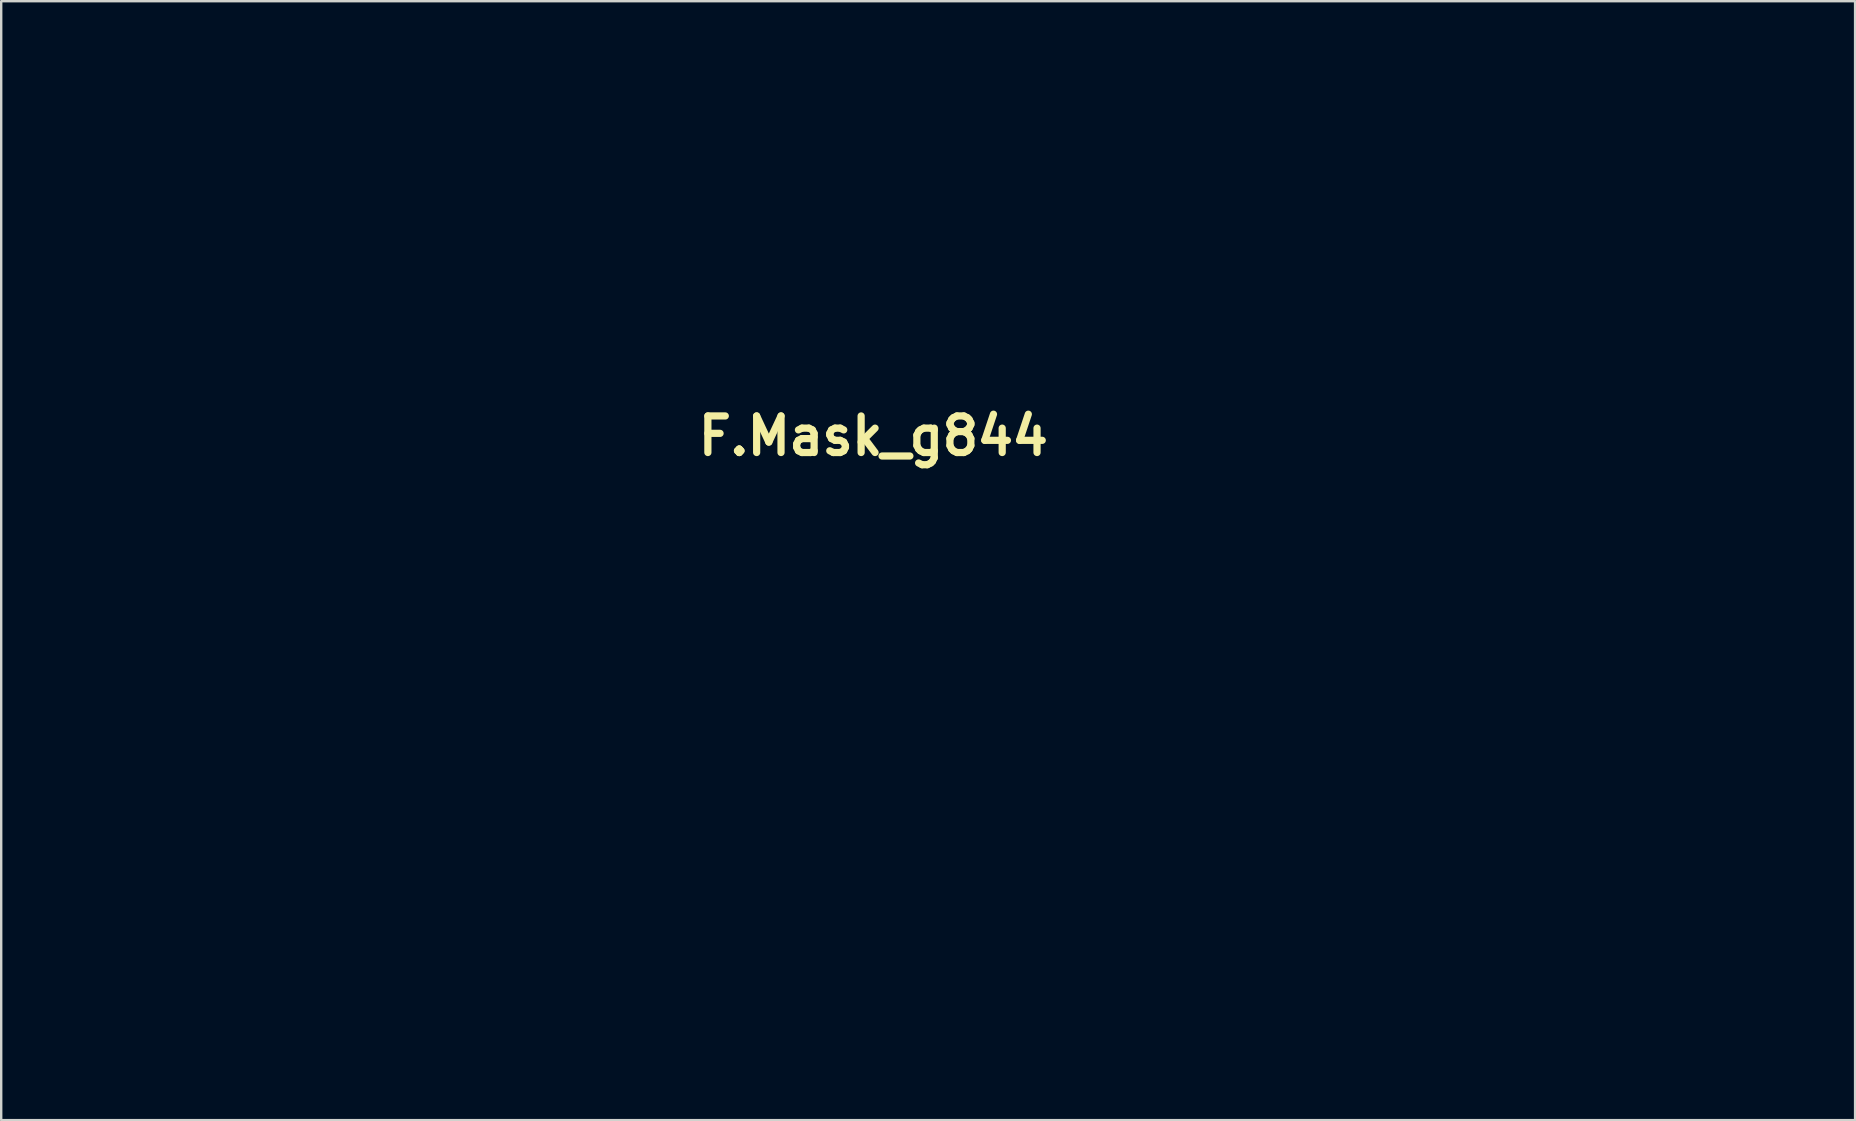
<source format=kicad_pcb>
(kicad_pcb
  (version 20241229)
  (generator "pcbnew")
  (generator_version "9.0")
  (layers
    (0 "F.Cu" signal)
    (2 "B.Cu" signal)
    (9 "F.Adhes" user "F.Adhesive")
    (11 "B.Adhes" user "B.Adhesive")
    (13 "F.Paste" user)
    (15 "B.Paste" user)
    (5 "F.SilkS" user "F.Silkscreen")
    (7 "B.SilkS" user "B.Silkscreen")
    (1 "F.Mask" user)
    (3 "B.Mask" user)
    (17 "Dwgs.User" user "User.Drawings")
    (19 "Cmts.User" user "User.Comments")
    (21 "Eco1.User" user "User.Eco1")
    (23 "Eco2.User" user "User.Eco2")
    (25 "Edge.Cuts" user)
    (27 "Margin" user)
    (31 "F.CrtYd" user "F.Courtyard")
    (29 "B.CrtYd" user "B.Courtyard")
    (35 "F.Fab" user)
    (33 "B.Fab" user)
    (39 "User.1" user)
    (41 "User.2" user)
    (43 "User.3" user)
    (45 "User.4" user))
  (footprint "F.Mask_g844"
    (layer "F.Cu")
    (at 33.343 15.118)
    (property "Reference" "F.Mask_g844" (at 0 0 0) (layer "F.SilkS") (effects (font (size 1.524 1.524) (thickness 0.3))))
    (attr through_hole)
    (fp_poly (pts (xy -4.784 -0.275) (xy -5.059 -0.275) (xy -5.059 -1.519) (xy -4.993 -1.532) (xy -4.921 -1.542) (xy -4.855 -1.545) (xy -4.784 -1.545) (xy -4.784 -0.275)) (stroke (width 0.01) (type solid)) (fill yes) (layer "F.Mask"))
    (fp_poly (pts (xy -18.267 -4.572) (xy -18.733 -4.572) (xy -18.733 -6.451) (xy -18.643 -6.463) (xy -18.572 -6.472) (xy -18.482 -6.482) (xy -18.41 -6.489) (xy -18.267 -6.503) (xy -18.267 -4.572)) (stroke (width 0.01) (type solid)) (fill yes) (layer "F.Mask"))
    (fp_poly (pts (xy -5.927 -4.572) (xy -6.392 -4.572) (xy -6.392 -6.45) (xy -6.313 -6.463) (xy -6.251 -6.471) (xy -6.165 -6.48) (xy -6.08 -6.489) (xy -5.927 -6.504) (xy -5.927 -4.572)) (stroke (width 0.01) (type solid)) (fill yes) (layer "F.Mask"))
    (fp_poly (pts (xy -4.149 -0.275) (xy -4.403 -0.275) (xy -4.403 -2.244) (xy -4.323 -2.244) (xy -4.256 -2.248) (xy -4.2 -2.256) (xy -4.196 -2.257) (xy -4.149 -2.27) (xy -4.149 -0.275)) (stroke (width 0.01) (type solid)) (fill yes) (layer "F.Mask"))
    (fp_poly (pts (xy -30.586 -4.572) (xy -31.052 -4.572) (xy -31.052 -7.488) (xy -31.004 -7.5) (xy -30.961 -7.506) (xy -30.89 -7.515) (xy -30.802 -7.523) (xy -30.771 -7.526) (xy -30.586 -7.54) (xy -30.586 -4.572)) (stroke (width 0.01) (type solid)) (fill yes) (layer "F.Mask"))
    (fp_poly (pts (xy -27.517 2.857) (xy -27.051 2.857) (xy -27.051 3.09) (xy -27.517 3.09) (xy -27.517 3.535) (xy -27.75 3.535) (xy -27.75 3.09) (xy -28.215 3.09) (xy -28.215 2.857) (xy -27.75 2.857) (xy -27.75 2.413) (xy -27.517 2.413) (xy -27.517 2.857)) (stroke (width 0.01) (type solid)) (fill yes) (layer "F.Mask"))
    (fp_poly (pts (xy -31.538 -6.9) (xy -32.808 -6.9) (xy -32.808 -6.181) (xy -31.708 -6.181) (xy -31.71 -6.112) (xy -31.715 -6.054) (xy -31.725 -5.974) (xy -31.736 -5.905) (xy -31.761 -5.768) (xy -32.808 -5.757) (xy -32.808 -4.995) (xy -31.517 -4.995) (xy -31.517 -4.572) (xy -33.316 -4.572) (xy -33.316 -7.324) (xy -31.538 -7.324) (xy -31.538 -6.9)) (stroke (width 0.01) (type solid)) (fill yes) (layer "F.Mask"))
    (fp_poly (pts (xy -3.65 -0.61) (xy -3.582 -0.575) (xy -3.533 -0.514) (xy -3.514 -0.432) (xy -3.514 -0.428) (xy -3.532 -0.345) (xy -3.58 -0.283) (xy -3.648 -0.249) (xy -3.729 -0.248) (xy -3.783 -0.267) (xy -3.847 -0.319) (xy -3.88 -0.39) (xy -3.881 -0.467) (xy -3.849 -0.538) (xy -3.807 -0.58) (xy -3.728 -0.613) (xy -3.65 -0.61)) (stroke (width 0.01) (type solid)) (fill yes) (layer "F.Mask"))
    (fp_poly (pts (xy -4.841 -2.1) (xy -4.782 -2.055) (xy -4.749 -1.992) (xy -4.742 -1.922) (xy -4.765 -1.852) (xy -4.819 -1.794) (xy -4.84 -1.781) (xy -4.92 -1.759) (xy -4.997 -1.778) (xy -5.006 -1.782) (xy -5.068 -1.838) (xy -5.098 -1.906) (xy -5.098 -1.978) (xy -5.069 -2.043) (xy -5.016 -2.092) (xy -4.94 -2.116) (xy -4.921 -2.117) (xy -4.841 -2.1)) (stroke (width 0.01) (type solid)) (fill yes) (layer "F.Mask"))
    (fp_poly (pts (xy -6.109 -7.399) (xy -6.015 -7.363) (xy -5.936 -7.301) (xy -5.88 -7.216) (xy -5.853 -7.114) (xy -5.853 -7.091) (xy -5.872 -6.985) (xy -5.924 -6.896) (xy -6.002 -6.828) (xy -6.099 -6.788) (xy -6.205 -6.78) (xy -6.273 -6.794) (xy -6.365 -6.843) (xy -6.431 -6.915) (xy -6.468 -7.004) (xy -6.477 -7.102) (xy -6.457 -7.198) (xy -6.407 -7.287) (xy -6.328 -7.358) (xy -6.308 -7.37) (xy -6.209 -7.403) (xy -6.109 -7.399)) (stroke (width 0.01) (type solid)) (fill yes) (layer "F.Mask"))
    (fp_poly (pts (xy -18.403 -7.389) (xy -18.317 -7.337) (xy -18.245 -7.261) (xy -18.197 -7.171) (xy -18.182 -7.088) (xy -18.202 -6.991) (xy -18.255 -6.902) (xy -18.332 -6.831) (xy -18.424 -6.785) (xy -18.5 -6.773) (xy -18.551 -6.783) (xy -18.618 -6.807) (xy -18.647 -6.821) (xy -18.739 -6.889) (xy -18.795 -6.976) (xy -18.815 -7.077) (xy -18.796 -7.184) (xy -18.765 -7.25) (xy -18.697 -7.329) (xy -18.606 -7.384) (xy -18.507 -7.408) (xy -18.495 -7.408) (xy -18.403 -7.389)) (stroke (width 0.01) (type solid)) (fill yes) (layer "F.Mask"))
    (fp_poly (pts (xy -11.271 -6.911) (xy -11.912 -6.905) (xy -12.552 -6.9) (xy -12.552 -6.181) (xy -11.431 -6.181) (xy -11.441 -6.122) (xy -11.451 -6.061) (xy -11.463 -5.984) (xy -11.475 -5.905) (xy -11.486 -5.835) (xy -11.492 -5.787) (xy -11.493 -5.773) (xy -11.514 -5.769) (xy -11.571 -5.765) (xy -11.658 -5.762) (xy -11.772 -5.759) (xy -11.905 -5.758) (xy -12.023 -5.757) (xy -12.552 -5.757) (xy -12.552 -4.995) (xy -11.239 -4.995) (xy -11.239 -4.572) (xy -13.06 -4.572) (xy -13.06 -7.324) (xy -11.259 -7.324) (xy -11.271 -6.911)) (stroke (width 0.01) (type solid)) (fill yes) (layer "F.Mask"))
    (fp_poly (pts (xy 2.413 -13.346) (xy 1.834 -12.584) (xy 1.255 -11.822) (xy 1.823 -11.816) (xy 2.392 -11.81) (xy 2.392 -11.155) (xy 0.127 -11.155) (xy 0.127 -11.516) (xy 0.711 -12.272) (xy 1.295 -13.028) (xy 0.753 -13.034) (xy 0.607 -13.036) (xy 0.475 -13.039) (xy 0.365 -13.043) (xy 0.28 -13.047) (xy 0.227 -13.052) (xy 0.212 -13.056) (xy 0.214 -13.087) (xy 0.222 -13.149) (xy 0.232 -13.234) (xy 0.245 -13.331) (xy 0.258 -13.429) (xy 0.27 -13.519) (xy 0.28 -13.59) (xy 0.287 -13.634) (xy 0.288 -13.637) (xy 0.3 -13.695) (xy 2.413 -13.695) (xy 2.413 -13.346)) (stroke (width 0.01) (type solid)) (fill yes) (layer "F.Mask"))
    (fp_poly (pts (xy 2.055 -6.498) (xy 2.131 -6.477) (xy 2.092 -6.249) (xy 2.077 -6.156) (xy 2.064 -6.079) (xy 2.056 -6.027) (xy 2.053 -6.009) (xy 2.035 -6.007) (xy 1.987 -6.015) (xy 1.942 -6.026) (xy 1.795 -6.045) (xy 1.655 -6.025) (xy 1.528 -5.966) (xy 1.421 -5.874) (xy 1.355 -5.798) (xy 1.355 -4.572) (xy 0.868 -4.572) (xy 0.868 -6.451) (xy 0.937 -6.463) (xy 0.991 -6.471) (xy 1.071 -6.479) (xy 1.163 -6.488) (xy 1.18 -6.489) (xy 1.355 -6.504) (xy 1.355 -6.286) (xy 1.462 -6.37) (xy 1.599 -6.454) (xy 1.752 -6.505) (xy 1.909 -6.519) (xy 2.055 -6.498)) (stroke (width 0.01) (type solid)) (fill yes) (layer "F.Mask"))
    (fp_poly (pts (xy -17.695 -1.461) (xy -17.702 -1.432) (xy -17.722 -1.389) (xy -17.759 -1.327) (xy -17.814 -1.244) (xy -17.891 -1.136) (xy -17.991 -1) (xy -18.022 -0.958) (xy -18.348 -0.519) (xy -18.022 -0.513) (xy -17.695 -0.507) (xy -17.695 -0.275) (xy -18.733 -0.275) (xy -18.732 -0.344) (xy -18.727 -0.372) (xy -18.712 -0.41) (xy -18.682 -0.461) (xy -18.637 -0.53) (xy -18.572 -0.621) (xy -18.486 -0.738) (xy -18.405 -0.847) (xy -18.079 -1.281) (xy -18.385 -1.286) (xy -18.507 -1.289) (xy -18.593 -1.292) (xy -18.648 -1.3) (xy -18.678 -1.315) (xy -18.689 -1.34) (xy -18.687 -1.379) (xy -18.678 -1.435) (xy -18.677 -1.445) (xy -18.663 -1.524) (xy -17.695 -1.524) (xy -17.695 -1.461)) (stroke (width 0.01) (type solid)) (fill yes) (layer "F.Mask"))
    (fp_poly (pts (xy -23.545 -6.506) (xy -23.474 -6.498) (xy -23.434 -6.487) (xy -23.431 -6.485) (xy -23.422 -6.461) (xy -23.421 -6.413) (xy -23.429 -6.334) (xy -23.445 -6.225) (xy -23.462 -6.121) (xy -23.476 -6.053) (xy -23.489 -6.015) (xy -23.503 -6.001) (xy -23.515 -6.002) (xy -23.554 -6.013) (xy -23.617 -6.028) (xy -23.656 -6.036) (xy -23.794 -6.045) (xy -23.922 -6.012) (xy -24.039 -5.939) (xy -24.095 -5.886) (xy -24.194 -5.78) (xy -24.194 -4.572) (xy -24.659 -4.572) (xy -24.659 -6.452) (xy -24.601 -6.464) (xy -24.552 -6.471) (xy -24.476 -6.479) (xy -24.388 -6.487) (xy -24.368 -6.489) (xy -24.194 -6.503) (xy -24.194 -6.26) (xy -24.106 -6.339) (xy -24.001 -6.421) (xy -23.895 -6.474) (xy -23.776 -6.501) (xy -23.639 -6.509) (xy -23.545 -6.506)) (stroke (width 0.01) (type solid)) (fill yes) (layer "F.Mask"))
    (fp_poly (pts (xy -12.183 -15.022) (xy -12.148 -14.974) (xy -12.101 -14.905) (xy -12.047 -14.821) (xy -11.991 -14.731) (xy -11.937 -14.641) (xy -11.889 -14.559) (xy -11.852 -14.492) (xy -11.831 -14.448) (xy -11.828 -14.432) (xy -11.849 -14.421) (xy -11.904 -14.394) (xy -11.984 -14.356) (xy -12.086 -14.308) (xy -12.202 -14.254) (xy -12.328 -14.195) (xy -12.456 -14.136) (xy -12.582 -14.078) (xy -12.699 -14.024) (xy -12.802 -13.978) (xy -12.884 -13.941) (xy -12.94 -13.916) (xy -12.964 -13.907) (xy -12.964 -13.906) (xy -12.979 -13.923) (xy -13.013 -13.967) (xy -13.059 -14.031) (xy -13.101 -14.089) (xy -13.228 -14.272) (xy -13.139 -14.342) (xy -12.931 -14.502) (xy -12.755 -14.638) (xy -12.608 -14.751) (xy -12.487 -14.843) (xy -12.391 -14.916) (xy -12.317 -14.97) (xy -12.263 -15.008) (xy -12.228 -15.031) (xy -12.208 -15.042) (xy -12.203 -15.042) (xy -12.183 -15.022)) (stroke (width 0.01) (type solid)) (fill yes) (layer "F.Mask"))
    (fp_poly (pts (xy 19.167 -13.77) (xy 19.247 -13.756) (xy 19.3 -13.738) (xy 19.32 -13.715) (xy 19.319 -13.709) (xy 19.313 -13.681) (xy 19.303 -13.618) (xy 19.289 -13.528) (xy 19.273 -13.419) (xy 19.261 -13.335) (xy 19.244 -13.218) (xy 19.228 -13.115) (xy 19.214 -13.035) (xy 19.204 -12.984) (xy 19.199 -12.969) (xy 19.172 -12.966) (xy 19.118 -12.973) (xy 19.049 -12.988) (xy 18.883 -13.012) (xy 18.728 -12.995) (xy 18.583 -12.938) (xy 18.448 -12.839) (xy 18.415 -12.808) (xy 18.309 -12.702) (xy 18.309 -11.155) (xy 17.526 -11.155) (xy 17.526 -13.688) (xy 17.796 -13.713) (xy 17.912 -13.724) (xy 18.025 -13.735) (xy 18.123 -13.744) (xy 18.187 -13.751) (xy 18.309 -13.764) (xy 18.309 -13.432) (xy 18.42 -13.541) (xy 18.543 -13.646) (xy 18.666 -13.717) (xy 18.801 -13.758) (xy 18.955 -13.775) (xy 19.067 -13.776) (xy 19.167 -13.77)) (stroke (width 0.01) (type solid)) (fill yes) (layer "F.Mask"))
    (fp_poly (pts (xy -24.229 -13.767) (xy -24.139 -13.759) (xy -24.092 -13.748) (xy -24.086 -13.744) (xy -24.077 -13.724) (xy -24.075 -13.686) (xy -24.078 -13.622) (xy -24.088 -13.529) (xy -24.104 -13.4) (xy -24.11 -13.357) (xy -24.127 -13.237) (xy -24.143 -13.132) (xy -24.157 -13.048) (xy -24.168 -12.993) (xy -24.173 -12.974) (xy -24.202 -12.966) (xy -24.268 -12.975) (xy -24.321 -12.988) (xy -24.488 -13.01) (xy -24.649 -12.991) (xy -24.798 -12.933) (xy -24.933 -12.837) (xy -24.974 -12.795) (xy -25.061 -12.701) (xy -25.061 -11.155) (xy -25.845 -11.155) (xy -25.845 -13.688) (xy -25.575 -13.713) (xy -25.459 -13.724) (xy -25.345 -13.735) (xy -25.248 -13.744) (xy -25.183 -13.751) (xy -25.061 -13.764) (xy -25.061 -13.434) (xy -24.935 -13.555) (xy -24.84 -13.64) (xy -24.754 -13.699) (xy -24.667 -13.737) (xy -24.566 -13.759) (xy -24.441 -13.768) (xy -24.359 -13.769) (xy -24.229 -13.767)) (stroke (width 0.01) (type solid)) (fill yes) (layer "F.Mask"))
    (fp_poly (pts (xy -24.01 -1.554) (xy -23.959 -1.544) (xy -23.93 -1.528) (xy -23.921 -1.497) (xy -23.928 -1.44) (xy -23.941 -1.379) (xy -23.963 -1.274) (xy -24.088 -1.286) (xy -24.207 -1.286) (xy -24.3 -1.259) (xy -24.376 -1.202) (xy -24.395 -1.181) (xy -24.413 -1.159) (xy -24.426 -1.136) (xy -24.435 -1.106) (xy -24.442 -1.064) (xy -24.445 -1.002) (xy -24.447 -0.915) (xy -24.447 -0.796) (xy -24.448 -0.697) (xy -24.448 -0.275) (xy -24.701 -0.275) (xy -24.701 -0.897) (xy -24.702 -1.08) (xy -24.701 -1.225) (xy -24.7 -1.337) (xy -24.695 -1.419) (xy -24.687 -1.476) (xy -24.675 -1.513) (xy -24.656 -1.534) (xy -24.631 -1.544) (xy -24.597 -1.546) (xy -24.554 -1.545) (xy -24.541 -1.545) (xy -24.483 -1.543) (xy -24.456 -1.532) (xy -24.448 -1.504) (xy -24.448 -1.481) (xy -24.448 -1.418) (xy -24.364 -1.473) (xy -24.236 -1.534) (xy -24.098 -1.559) (xy -24.01 -1.554)) (stroke (width 0.01) (type solid)) (fill yes) (layer "F.Mask"))
    (fp_poly (pts (xy 8.17 -11.155) (xy 7.366 -11.155) (xy 7.355 -13.326) (xy 6.932 -12.463) (xy 6.509 -11.6) (xy 6.191 -11.6) (xy 5.874 -11.6) (xy 5.527 -12.28) (xy 5.442 -12.447) (xy 5.36 -12.611) (xy 5.282 -12.765) (xy 5.213 -12.905) (xy 5.154 -13.024) (xy 5.11 -13.116) (xy 5.088 -13.163) (xy 4.996 -13.367) (xy 4.996 -12.261) (xy 4.995 -11.155) (xy 4.191 -11.155) (xy 4.191 -14.817) (xy 5.048 -14.816) (xy 5.516 -13.911) (xy 5.658 -13.636) (xy 5.78 -13.396) (xy 5.885 -13.188) (xy 5.972 -13.01) (xy 6.043 -12.861) (xy 6.099 -12.737) (xy 6.141 -12.636) (xy 6.168 -12.564) (xy 6.179 -12.556) (xy 6.197 -12.576) (xy 6.224 -12.629) (xy 6.262 -12.718) (xy 6.276 -12.752) (xy 6.305 -12.817) (xy 6.351 -12.915) (xy 6.413 -13.041) (xy 6.487 -13.19) (xy 6.571 -13.357) (xy 6.662 -13.536) (xy 6.759 -13.724) (xy 6.85 -13.899) (xy 7.331 -14.817) (xy 8.17 -14.817) (xy 8.17 -11.155)) (stroke (width 0.01) (type solid)) (fill yes) (layer "F.Mask"))
    (fp_poly (pts (xy -29.358 -11.155) (xy -30.163 -11.155) (xy -30.163 -12.271) (xy -30.163 -13.388) (xy -30.234 -13.229) (xy -30.259 -13.174) (xy -30.301 -13.086) (xy -30.356 -12.971) (xy -30.423 -12.834) (xy -30.497 -12.68) (xy -30.578 -12.516) (xy -30.662 -12.345) (xy -30.667 -12.335) (xy -31.028 -11.599) (xy -31.662 -11.599) (xy -32.015 -12.291) (xy -32.099 -12.458) (xy -32.182 -12.621) (xy -32.258 -12.774) (xy -32.327 -12.911) (xy -32.384 -13.027) (xy -32.427 -13.115) (xy -32.45 -13.164) (xy -32.532 -13.346) (xy -32.533 -11.155) (xy -33.337 -11.155) (xy -33.337 -14.818) (xy -32.487 -14.806) (xy -32.116 -14.097) (xy -31.97 -13.817) (xy -31.843 -13.572) (xy -31.734 -13.358) (xy -31.642 -13.173) (xy -31.565 -13.015) (xy -31.502 -12.881) (xy -31.451 -12.768) (xy -31.417 -12.685) (xy -31.355 -12.533) (xy -31.256 -12.77) (xy -31.225 -12.838) (xy -31.177 -12.938) (xy -31.114 -13.066) (xy -31.039 -13.216) (xy -30.954 -13.383) (xy -30.862 -13.563) (xy -30.765 -13.751) (xy -30.684 -13.906) (xy -30.211 -14.806) (xy -29.358 -14.818) (xy -29.358 -11.155)) (stroke (width 0.01) (type solid)) (fill yes) (layer "F.Mask"))
    (fp_poly (pts (xy -19.716 -6.512) (xy -19.646 -6.499) (xy -19.517 -6.45) (xy -19.407 -6.371) (xy -19.327 -6.271) (xy -19.32 -6.26) (xy -19.308 -6.236) (xy -19.298 -6.212) (xy -19.29 -6.182) (xy -19.284 -6.143) (xy -19.279 -6.091) (xy -19.275 -6.02) (xy -19.272 -5.927) (xy -19.27 -5.806) (xy -19.268 -5.655) (xy -19.267 -5.467) (xy -19.266 -5.371) (xy -19.26 -4.572) (xy -19.725 -4.572) (xy -19.732 -5.269) (xy -19.733 -5.46) (xy -19.735 -5.612) (xy -19.738 -5.732) (xy -19.74 -5.824) (xy -19.744 -5.891) (xy -19.749 -5.94) (xy -19.756 -5.974) (xy -19.765 -5.998) (xy -19.776 -6.016) (xy -19.782 -6.026) (xy -19.855 -6.089) (xy -19.956 -6.123) (xy -20.083 -6.126) (xy -20.233 -6.098) (xy -20.368 -6.054) (xy -20.489 -6.008) (xy -20.489 -4.572) (xy -20.955 -4.572) (xy -20.955 -6.45) (xy -20.876 -6.463) (xy -20.813 -6.471) (xy -20.728 -6.48) (xy -20.643 -6.489) (xy -20.489 -6.504) (xy -20.489 -6.328) (xy -20.4 -6.373) (xy -20.23 -6.445) (xy -20.052 -6.493) (xy -19.877 -6.516) (xy -19.716 -6.512)) (stroke (width 0.01) (type solid)) (fill yes) (layer "F.Mask"))
    (fp_poly (pts (xy -24.501 1.842) (xy -24.455 1.846) (xy -24.435 1.856) (xy -24.434 1.873) (xy -24.436 1.881) (xy -24.448 1.911) (xy -24.474 1.973) (xy -24.512 2.064) (xy -24.561 2.178) (xy -24.617 2.309) (xy -24.679 2.453) (xy -24.691 2.479) (xy -24.932 3.037) (xy -24.698 3.043) (xy -24.602 3.045) (xy -24.523 3.044) (xy -24.469 3.041) (xy -24.45 3.036) (xy -24.444 3.012) (xy -24.435 2.953) (xy -24.426 2.868) (xy -24.417 2.766) (xy -24.416 2.745) (xy -24.395 2.466) (xy -24.273 2.46) (xy -24.151 2.453) (xy -24.151 3.048) (xy -23.897 3.048) (xy -23.897 3.281) (xy -24.151 3.281) (xy -24.151 3.704) (xy -24.448 3.704) (xy -24.448 3.281) (xy -25.273 3.281) (xy -25.273 3.214) (xy -25.265 3.177) (xy -25.243 3.107) (xy -25.208 3.009) (xy -25.162 2.886) (xy -25.107 2.745) (xy -25.045 2.591) (xy -25.017 2.52) (xy -24.954 2.367) (xy -24.896 2.225) (xy -24.845 2.1) (xy -24.803 1.998) (xy -24.771 1.922) (xy -24.753 1.877) (xy -24.75 1.868) (xy -24.723 1.852) (xy -24.656 1.843) (xy -24.581 1.841) (xy -24.501 1.842)) (stroke (width 0.01) (type solid)) (fill yes) (layer "F.Mask"))
    (fp_poly (pts (xy -11.807 1.843) (xy -11.752 1.847) (xy -11.727 1.852) (xy -11.726 1.853) (xy -11.734 1.875) (xy -11.757 1.931) (xy -11.793 2.015) (xy -11.839 2.124) (xy -11.894 2.251) (xy -11.955 2.393) (xy -11.971 2.43) (xy -12.034 2.575) (xy -12.092 2.709) (xy -12.143 2.825) (xy -12.183 2.919) (xy -12.212 2.985) (xy -12.227 3.019) (xy -12.228 3.022) (xy -12.223 3.033) (xy -12.193 3.041) (xy -12.132 3.046) (xy -12.036 3.048) (xy -11.995 3.048) (xy -11.899 3.049) (xy -11.829 3.047) (xy -11.782 3.037) (xy -11.752 3.012) (xy -11.735 2.967) (xy -11.726 2.896) (xy -11.719 2.793) (xy -11.714 2.704) (xy -11.699 2.455) (xy -11.451 2.455) (xy -11.451 3.048) (xy -11.197 3.048) (xy -11.197 3.281) (xy -11.451 3.281) (xy -11.451 3.704) (xy -11.748 3.704) (xy -11.748 3.281) (xy -12.573 3.281) (xy -12.573 3.212) (xy -12.565 3.171) (xy -12.54 3.092) (xy -12.499 2.979) (xy -12.443 2.831) (xy -12.372 2.651) (xy -12.287 2.441) (xy -12.189 2.202) (xy -12.094 1.974) (xy -12.039 1.841) (xy -11.883 1.841) (xy -11.807 1.843)) (stroke (width 0.01) (type solid)) (fill yes) (layer "F.Mask"))
    (fp_poly (pts (xy -4.16 -6.507) (xy -4.085 -6.501) (xy -4.026 -6.489) (xy -3.973 -6.469) (xy -3.952 -6.459) (xy -3.881 -6.415) (xy -3.817 -6.361) (xy -3.796 -6.337) (xy -3.769 -6.299) (xy -3.746 -6.263) (xy -3.728 -6.223) (xy -3.713 -6.175) (xy -3.703 -6.115) (xy -3.695 -6.038) (xy -3.69 -5.939) (xy -3.687 -5.814) (xy -3.685 -5.659) (xy -3.684 -5.469) (xy -3.684 -5.339) (xy -3.683 -4.572) (xy -4.147 -4.572) (xy -4.153 -5.269) (xy -4.155 -5.46) (xy -4.157 -5.612) (xy -4.159 -5.732) (xy -4.162 -5.824) (xy -4.166 -5.891) (xy -4.171 -5.94) (xy -4.177 -5.974) (xy -4.186 -5.998) (xy -4.197 -6.016) (xy -4.204 -6.026) (xy -4.277 -6.089) (xy -4.377 -6.123) (xy -4.504 -6.126) (xy -4.655 -6.098) (xy -4.789 -6.054) (xy -4.911 -6.008) (xy -4.911 -4.572) (xy -5.397 -4.572) (xy -5.397 -6.451) (xy -5.308 -6.463) (xy -5.239 -6.472) (xy -5.149 -6.481) (xy -5.064 -6.49) (xy -4.911 -6.504) (xy -4.911 -6.328) (xy -4.81 -6.378) (xy -4.667 -6.443) (xy -4.536 -6.483) (xy -4.398 -6.503) (xy -4.265 -6.508) (xy -4.16 -6.507)) (stroke (width 0.01) (type solid)) (fill yes) (layer "F.Mask"))
    (fp_poly (pts (xy -23.048 -1.537) (xy -22.939 -1.505) (xy -22.876 -1.477) (xy -22.832 -1.452) (xy -22.818 -1.437) (xy -22.827 -1.407) (xy -22.849 -1.355) (xy -22.861 -1.331) (xy -22.894 -1.277) (xy -22.921 -1.257) (xy -22.941 -1.26) (xy -23.091 -1.312) (xy -23.217 -1.331) (xy -23.324 -1.317) (xy -23.416 -1.27) (xy -23.48 -1.207) (xy -23.531 -1.119) (xy -23.562 -1.006) (xy -23.574 -0.88) (xy -23.564 -0.754) (xy -23.533 -0.641) (xy -23.526 -0.625) (xy -23.468 -0.55) (xy -23.383 -0.499) (xy -23.278 -0.473) (xy -23.161 -0.475) (xy -23.041 -0.505) (xy -22.986 -0.53) (xy -22.895 -0.576) (xy -22.857 -0.526) (xy -22.814 -0.459) (xy -22.804 -0.409) (xy -22.828 -0.369) (xy -22.842 -0.357) (xy -22.935 -0.305) (xy -23.056 -0.267) (xy -23.191 -0.245) (xy -23.325 -0.241) (xy -23.445 -0.258) (xy -23.457 -0.261) (xy -23.595 -0.318) (xy -23.702 -0.404) (xy -23.78 -0.519) (xy -23.829 -0.665) (xy -23.834 -0.69) (xy -23.851 -0.868) (xy -23.835 -1.037) (xy -23.789 -1.19) (xy -23.714 -1.322) (xy -23.613 -1.429) (xy -23.491 -1.503) (xy -23.355 -1.542) (xy -23.202 -1.554) (xy -23.048 -1.537)) (stroke (width 0.01) (type solid)) (fill yes) (layer "F.Mask"))
    (fp_poly (pts (xy -20.913 -1.106) (xy -20.865 -0.978) (xy -20.822 -0.86) (xy -20.784 -0.761) (xy -20.756 -0.685) (xy -20.74 -0.641) (xy -20.738 -0.635) (xy -20.73 -0.623) (xy -20.719 -0.626) (xy -20.704 -0.649) (xy -20.683 -0.696) (xy -20.654 -0.77) (xy -20.615 -0.876) (xy -20.564 -1.018) (xy -20.553 -1.048) (xy -20.389 -1.513) (xy -20.246 -1.52) (xy -20.171 -1.522) (xy -20.129 -1.519) (xy -20.114 -1.509) (xy -20.116 -1.49) (xy -20.117 -1.488) (xy -20.128 -1.459) (xy -20.153 -1.397) (xy -20.189 -1.305) (xy -20.235 -1.19) (xy -20.289 -1.056) (xy -20.348 -0.91) (xy -20.367 -0.863) (xy -20.604 -0.275) (xy -20.727 -0.275) (xy -20.798 -0.277) (xy -20.839 -0.286) (xy -20.86 -0.305) (xy -20.869 -0.323) (xy -20.881 -0.354) (xy -20.908 -0.419) (xy -20.946 -0.512) (xy -20.994 -0.628) (xy -21.049 -0.762) (xy -21.11 -0.907) (xy -21.122 -0.937) (xy -21.182 -1.082) (xy -21.236 -1.214) (xy -21.283 -1.328) (xy -21.32 -1.419) (xy -21.345 -1.482) (xy -21.357 -1.512) (xy -21.357 -1.514) (xy -21.338 -1.519) (xy -21.287 -1.523) (xy -21.215 -1.524) (xy -21.213 -1.524) (xy -21.068 -1.524) (xy -20.913 -1.106)) (stroke (width 0.01) (type solid)) (fill yes) (layer "F.Mask"))
    (fp_poly (pts (xy -9.469 -6.492) (xy -9.334 -6.436) (xy -9.222 -6.351) (xy -9.138 -6.236) (xy -9.137 -6.236) (xy -9.125 -6.212) (xy -9.116 -6.187) (xy -9.108 -6.156) (xy -9.102 -6.116) (xy -9.097 -6.061) (xy -9.093 -5.986) (xy -9.091 -5.889) (xy -9.089 -5.763) (xy -9.087 -5.605) (xy -9.085 -5.41) (xy -9.085 -5.36) (xy -9.078 -4.572) (xy -9.567 -4.572) (xy -9.567 -5.265) (xy -9.568 -5.456) (xy -9.568 -5.609) (xy -9.569 -5.729) (xy -9.572 -5.821) (xy -9.575 -5.889) (xy -9.58 -5.939) (xy -9.587 -5.974) (xy -9.595 -6) (xy -9.606 -6.021) (xy -9.609 -6.026) (xy -9.668 -6.084) (xy -9.756 -6.119) (xy -9.868 -6.129) (xy -9.997 -6.115) (xy -10.137 -6.077) (xy -10.207 -6.05) (xy -10.308 -6.006) (xy -10.308 -4.572) (xy -10.795 -4.572) (xy -10.795 -6.451) (xy -10.705 -6.463) (xy -10.637 -6.472) (xy -10.546 -6.481) (xy -10.462 -6.49) (xy -10.308 -6.504) (xy -10.308 -6.427) (xy -10.306 -6.377) (xy -10.301 -6.351) (xy -10.3 -6.35) (xy -10.278 -6.358) (xy -10.229 -6.378) (xy -10.171 -6.404) (xy -9.979 -6.474) (xy -9.795 -6.511) (xy -9.624 -6.517) (xy -9.469 -6.492)) (stroke (width 0.01) (type solid)) (fill yes) (layer "F.Mask"))
    (fp_poly (pts (xy -16.092 -14.007) (xy -16.021 -13.798) (xy -15.946 -13.575) (xy -15.869 -13.345) (xy -15.793 -13.12) (xy -15.722 -12.908) (xy -15.659 -12.72) (xy -15.619 -12.599) (xy -15.42 -12.001) (xy -14.953 -13.403) (xy -14.485 -14.806) (xy -14.069 -14.812) (xy -13.926 -14.814) (xy -13.82 -14.814) (xy -13.745 -14.813) (xy -13.697 -14.809) (xy -13.669 -14.803) (xy -13.656 -14.794) (xy -13.652 -14.782) (xy -13.652 -14.78) (xy -13.659 -14.755) (xy -13.68 -14.693) (xy -13.713 -14.598) (xy -13.758 -14.471) (xy -13.814 -14.316) (xy -13.879 -14.135) (xy -13.953 -13.933) (xy -14.034 -13.71) (xy -14.121 -13.471) (xy -14.214 -13.218) (xy -14.311 -12.954) (xy -14.313 -12.949) (xy -14.975 -11.156) (xy -15.432 -11.155) (xy -15.889 -11.155) (xy -16.559 -12.959) (xy -16.658 -13.224) (xy -16.751 -13.477) (xy -16.84 -13.717) (xy -16.922 -13.939) (xy -16.997 -14.142) (xy -17.063 -14.323) (xy -17.119 -14.478) (xy -17.165 -14.605) (xy -17.2 -14.702) (xy -17.222 -14.764) (xy -17.23 -14.79) (xy -17.23 -14.79) (xy -17.22 -14.8) (xy -17.187 -14.807) (xy -17.128 -14.812) (xy -17.037 -14.815) (xy -16.912 -14.816) (xy -16.798 -14.817) (xy -16.367 -14.817) (xy -16.092 -14.007)) (stroke (width 0.01) (type solid)) (fill yes) (layer "F.Mask"))
    (fp_poly (pts (xy 35.664 -11.748) (xy 35.969 -11.696) (xy 36.266 -11.607) (xy 36.551 -11.482) (xy 36.821 -11.321) (xy 37.072 -11.126) (xy 37.247 -10.955) (xy 37.453 -10.704) (xy 37.621 -10.435) (xy 37.751 -10.15) (xy 37.841 -9.847) (xy 37.893 -9.528) (xy 37.904 -9.364) (xy 37.898 -9.033) (xy 37.856 -8.721) (xy 37.775 -8.425) (xy 37.655 -8.142) (xy 37.495 -7.868) (xy 37.34 -7.657) (xy 37.131 -7.431) (xy 36.893 -7.233) (xy 36.631 -7.064) (xy 36.348 -6.929) (xy 36.051 -6.83) (xy 35.847 -6.785) (xy 35.685 -6.765) (xy 35.5 -6.755) (xy 35.305 -6.756) (xy 35.118 -6.767) (xy 34.953 -6.787) (xy 34.914 -6.794) (xy 34.607 -6.877) (xy 34.318 -6.996) (xy 34.05 -7.147) (xy 33.804 -7.328) (xy 33.583 -7.535) (xy 33.388 -7.767) (xy 33.223 -8.02) (xy 33.089 -8.29) (xy 32.989 -8.576) (xy 32.924 -8.874) (xy 32.898 -9.181) (xy 32.91 -9.488) (xy 32.965 -9.817) (xy 33.057 -10.128) (xy 33.185 -10.42) (xy 33.347 -10.69) (xy 33.541 -10.936) (xy 33.767 -11.156) (xy 34.021 -11.347) (xy 34.303 -11.507) (xy 34.437 -11.568) (xy 34.738 -11.673) (xy 35.045 -11.737) (xy 35.355 -11.762) (xy 35.664 -11.748)) (stroke (width 0.01) (type solid)) (fill yes) (layer "F.Mask"))
    (fp_poly (pts (xy 35.628 20.51) (xy 35.923 20.555) (xy 36.212 20.634) (xy 36.493 20.748) (xy 36.76 20.898) (xy 37.012 21.084) (xy 37.18 21.239) (xy 37.398 21.487) (xy 37.579 21.755) (xy 37.723 22.044) (xy 37.829 22.352) (xy 37.838 22.388) (xy 37.874 22.567) (xy 37.897 22.771) (xy 37.907 22.987) (xy 37.903 23.197) (xy 37.884 23.389) (xy 37.881 23.411) (xy 37.809 23.721) (xy 37.7 24.017) (xy 37.556 24.296) (xy 37.379 24.553) (xy 37.173 24.787) (xy 36.94 24.993) (xy 36.683 25.168) (xy 36.403 25.31) (xy 36.283 25.358) (xy 36.033 25.432) (xy 35.762 25.481) (xy 35.484 25.506) (xy 35.209 25.503) (xy 34.951 25.474) (xy 34.893 25.463) (xy 34.587 25.378) (xy 34.297 25.256) (xy 34.025 25.099) (xy 33.776 24.912) (xy 33.552 24.695) (xy 33.356 24.454) (xy 33.193 24.189) (xy 33.064 23.904) (xy 33.053 23.873) (xy 32.96 23.553) (xy 32.909 23.232) (xy 32.898 22.913) (xy 32.929 22.599) (xy 33 22.291) (xy 33.111 21.993) (xy 33.261 21.707) (xy 33.45 21.436) (xy 33.479 21.4) (xy 33.694 21.169) (xy 33.932 20.973) (xy 34.188 20.81) (xy 34.46 20.681) (xy 34.743 20.586) (xy 35.034 20.526) (xy 35.33 20.501) (xy 35.628 20.51)) (stroke (width 0.01) (type solid)) (fill yes) (layer "F.Mask"))
    (fp_poly (pts (xy -15.447 1.837) (xy -15.309 1.886) (xy -15.197 1.967) (xy -15.113 2.079) (xy -15.097 2.111) (xy -15.069 2.18) (xy -15.055 2.24) (xy -15.051 2.31) (xy -15.054 2.389) (xy -15.066 2.493) (xy -15.092 2.593) (xy -15.134 2.693) (xy -15.196 2.798) (xy -15.281 2.914) (xy -15.391 3.045) (xy -15.531 3.196) (xy -15.571 3.238) (xy -15.774 3.45) (xy -15.028 3.45) (xy -15.028 3.704) (xy -16.235 3.704) (xy -16.235 3.628) (xy -16.233 3.599) (xy -16.224 3.571) (xy -16.204 3.537) (xy -16.17 3.492) (xy -16.117 3.433) (xy -16.043 3.354) (xy -15.943 3.251) (xy -15.93 3.237) (xy -15.771 3.071) (xy -15.641 2.929) (xy -15.538 2.807) (xy -15.46 2.703) (xy -15.403 2.612) (xy -15.365 2.531) (xy -15.345 2.456) (xy -15.338 2.383) (xy -15.338 2.381) (xy -15.354 2.262) (xy -15.401 2.17) (xy -15.477 2.108) (xy -15.582 2.078) (xy -15.636 2.074) (xy -15.749 2.086) (xy -15.863 2.123) (xy -15.986 2.188) (xy -16.105 2.26) (xy -16.144 2.215) (xy -16.201 2.149) (xy -16.233 2.106) (xy -16.238 2.077) (xy -16.217 2.05) (xy -16.169 2.014) (xy -16.137 1.991) (xy -15.981 1.903) (xy -15.808 1.844) (xy -15.632 1.821) (xy -15.611 1.82) (xy -15.447 1.837)) (stroke (width 0.01) (type solid)) (fill yes) (layer "F.Mask"))
    (fp_poly (pts (xy -13.333 1.843) (xy -13.277 1.847) (xy -13.251 1.852) (xy -13.25 1.853) (xy -13.258 1.875) (xy -13.281 1.931) (xy -13.317 2.015) (xy -13.363 2.124) (xy -13.418 2.251) (xy -13.479 2.393) (xy -13.495 2.43) (xy -13.558 2.575) (xy -13.616 2.709) (xy -13.667 2.825) (xy -13.707 2.919) (xy -13.736 2.985) (xy -13.751 3.019) (xy -13.752 3.022) (xy -13.747 3.033) (xy -13.717 3.041) (xy -13.656 3.046) (xy -13.561 3.048) (xy -13.517 3.048) (xy -13.421 3.048) (xy -13.342 3.046) (xy -13.289 3.045) (xy -13.27 3.043) (xy -13.267 3.021) (xy -13.262 2.965) (xy -13.255 2.882) (xy -13.246 2.781) (xy -13.243 2.752) (xy -13.219 2.466) (xy -13.097 2.46) (xy -12.975 2.453) (xy -12.975 3.048) (xy -12.721 3.048) (xy -12.721 3.281) (xy -12.975 3.281) (xy -12.975 3.704) (xy -13.271 3.704) (xy -13.271 3.281) (xy -14.097 3.281) (xy -14.097 3.212) (xy -14.089 3.174) (xy -14.066 3.102) (xy -14.029 2.999) (xy -13.981 2.871) (xy -13.923 2.722) (xy -13.856 2.556) (xy -13.832 2.498) (xy -13.769 2.343) (xy -13.711 2.201) (xy -13.66 2.077) (xy -13.619 1.975) (xy -13.589 1.9) (xy -13.571 1.857) (xy -13.568 1.847) (xy -13.548 1.844) (xy -13.497 1.842) (xy -13.424 1.842) (xy -13.409 1.841) (xy -13.333 1.843)) (stroke (width 0.01) (type solid)) (fill yes) (layer "F.Mask"))
    (fp_poly (pts (xy -2.653 -1.548) (xy -2.574 -1.534) (xy -2.492 -1.514) (xy -2.417 -1.492) (xy -2.36 -1.47) (xy -2.33 -1.451) (xy -2.328 -1.446) (xy -2.337 -1.425) (xy -2.358 -1.38) (xy -2.384 -1.327) (xy -2.409 -1.28) (xy -2.424 -1.253) (xy -2.424 -1.252) (xy -2.446 -1.255) (xy -2.496 -1.27) (xy -2.559 -1.292) (xy -2.7 -1.328) (xy -2.82 -1.327) (xy -2.919 -1.29) (xy -2.996 -1.217) (xy -3.05 -1.109) (xy -3.08 -0.967) (xy -3.086 -0.889) (xy -3.081 -0.743) (xy -3.052 -0.631) (xy -2.997 -0.551) (xy -2.916 -0.498) (xy -2.805 -0.472) (xy -2.786 -0.47) (xy -2.705 -0.469) (xy -2.633 -0.483) (xy -2.55 -0.516) (xy -2.485 -0.545) (xy -2.435 -0.565) (xy -2.414 -0.572) (xy -2.397 -0.555) (xy -2.369 -0.515) (xy -2.339 -0.465) (xy -2.316 -0.419) (xy -2.307 -0.393) (xy -2.325 -0.378) (xy -2.372 -0.351) (xy -2.437 -0.318) (xy -2.444 -0.315) (xy -2.605 -0.26) (xy -2.774 -0.239) (xy -2.94 -0.253) (xy -3.005 -0.269) (xy -3.135 -0.329) (xy -3.237 -0.419) (xy -3.309 -0.54) (xy -3.352 -0.692) (xy -3.365 -0.868) (xy -3.358 -1.019) (xy -3.332 -1.142) (xy -3.284 -1.246) (xy -3.21 -1.343) (xy -3.178 -1.375) (xy -3.075 -1.464) (xy -2.968 -1.52) (xy -2.847 -1.548) (xy -2.717 -1.554) (xy -2.653 -1.548)) (stroke (width 0.01) (type solid)) (fill yes) (layer "F.Mask"))
    (fp_poly (pts (xy -8.869 -13.34) (xy -9.44 -12.587) (xy -9.559 -12.431) (xy -9.669 -12.286) (xy -9.768 -12.154) (xy -9.854 -12.039) (xy -9.923 -11.946) (xy -9.975 -11.876) (xy -10.005 -11.834) (xy -10.012 -11.823) (xy -9.992 -11.82) (xy -9.934 -11.817) (xy -9.846 -11.813) (xy -9.732 -11.81) (xy -9.597 -11.808) (xy -9.447 -11.806) (xy -9.446 -11.806) (xy -8.879 -11.8) (xy -8.874 -11.478) (xy -8.868 -11.155) (xy -11.155 -11.155) (xy -11.155 -11.509) (xy -10.573 -12.262) (xy -10.453 -12.418) (xy -10.341 -12.563) (xy -10.24 -12.695) (xy -10.153 -12.809) (xy -10.082 -12.903) (xy -10.03 -12.973) (xy -9.998 -13.016) (xy -9.991 -13.027) (xy -10.011 -13.03) (xy -10.068 -13.033) (xy -10.156 -13.036) (xy -10.269 -13.037) (xy -10.403 -13.038) (xy -10.53 -13.039) (xy -10.677 -13.039) (xy -10.808 -13.04) (xy -10.918 -13.041) (xy -11.002 -13.042) (xy -11.055 -13.044) (xy -11.07 -13.045) (xy -11.067 -13.067) (xy -11.06 -13.124) (xy -11.048 -13.207) (xy -11.034 -13.31) (xy -11.028 -13.356) (xy -11.013 -13.465) (xy -11 -13.56) (xy -10.991 -13.631) (xy -10.986 -13.672) (xy -10.986 -13.678) (xy -10.965 -13.681) (xy -10.906 -13.684) (xy -10.813 -13.687) (xy -10.69 -13.69) (xy -10.54 -13.692) (xy -10.368 -13.693) (xy -10.177 -13.694) (xy -9.973 -13.695) (xy -9.927 -13.695) (xy -8.869 -13.695) (xy -8.869 -13.34)) (stroke (width 0.01) (type solid)) (fill yes) (layer "F.Mask"))
    (fp_poly (pts (xy -21.926 -1.551) (xy -21.854 -1.541) (xy -21.79 -1.521) (xy -21.732 -1.495) (xy -21.609 -1.414) (xy -21.517 -1.304) (xy -21.456 -1.167) (xy -21.427 -1.001) (xy -21.425 -0.849) (xy -21.448 -0.672) (xy -21.499 -0.527) (xy -21.579 -0.413) (xy -21.69 -0.328) (xy -21.831 -0.272) (xy -22.004 -0.243) (xy -22.024 -0.241) (xy -22.133 -0.24) (xy -22.224 -0.253) (xy -22.285 -0.272) (xy -22.413 -0.339) (xy -22.521 -0.439) (xy -22.602 -0.565) (xy -22.609 -0.58) (xy -22.64 -0.681) (xy -22.657 -0.806) (xy -22.661 -0.939) (xy -22.659 -0.967) (xy -22.387 -0.967) (xy -22.387 -0.824) (xy -22.359 -0.696) (xy -22.308 -0.591) (xy -22.235 -0.512) (xy -22.144 -0.467) (xy -22.137 -0.466) (xy -22.021 -0.458) (xy -21.904 -0.483) (xy -21.855 -0.506) (xy -21.784 -0.567) (xy -21.734 -0.657) (xy -21.704 -0.766) (xy -21.694 -0.885) (xy -21.703 -1.006) (xy -21.732 -1.119) (xy -21.781 -1.215) (xy -21.848 -1.286) (xy -21.872 -1.301) (xy -21.954 -1.328) (xy -22.051 -1.334) (xy -22.148 -1.321) (xy -22.229 -1.29) (xy -22.258 -1.269) (xy -22.322 -1.195) (xy -22.362 -1.108) (xy -22.384 -0.996) (xy -22.387 -0.967) (xy -22.659 -0.967) (xy -22.651 -1.067) (xy -22.627 -1.175) (xy -22.614 -1.208) (xy -22.535 -1.34) (xy -22.436 -1.439) (xy -22.311 -1.506) (xy -22.16 -1.543) (xy -22.022 -1.552) (xy -21.926 -1.551)) (stroke (width 0.01) (type solid)) (fill yes) (layer "F.Mask"))
    (fp_poly (pts (xy -1.439 -1.552) (xy -1.312 -1.525) (xy -1.265 -1.505) (xy -1.14 -1.423) (xy -1.046 -1.313) (xy -0.982 -1.174) (xy -0.949 -1.006) (xy -0.944 -0.878) (xy -0.959 -0.703) (xy -1.001 -0.559) (xy -1.073 -0.442) (xy -1.176 -0.351) (xy -1.277 -0.296) (xy -1.389 -0.261) (xy -1.521 -0.243) (xy -1.656 -0.242) (xy -1.775 -0.259) (xy -1.784 -0.262) (xy -1.914 -0.319) (xy -2.022 -0.414) (xy -2.106 -0.54) (xy -2.134 -0.597) (xy -2.152 -0.645) (xy -2.163 -0.697) (xy -2.168 -0.764) (xy -2.169 -0.857) (xy -2.17 -0.901) (xy -1.905 -0.901) (xy -1.893 -0.749) (xy -1.857 -0.63) (xy -1.796 -0.543) (xy -1.707 -0.485) (xy -1.645 -0.465) (xy -1.543 -0.456) (xy -1.443 -0.474) (xy -1.376 -0.507) (xy -1.295 -0.588) (xy -1.24 -0.697) (xy -1.212 -0.826) (xy -1.213 -0.968) (xy -1.224 -1.033) (xy -1.264 -1.159) (xy -1.328 -1.25) (xy -1.416 -1.307) (xy -1.529 -1.332) (xy -1.571 -1.333) (xy -1.689 -1.318) (xy -1.78 -1.272) (xy -1.846 -1.194) (xy -1.887 -1.083) (xy -1.904 -0.937) (xy -1.905 -0.901) (xy -2.17 -0.901) (xy -2.17 -0.909) (xy -2.169 -1.02) (xy -2.165 -1.099) (xy -2.156 -1.156) (xy -2.142 -1.201) (xy -2.123 -1.238) (xy -2.043 -1.357) (xy -1.942 -1.445) (xy -1.843 -1.499) (xy -1.72 -1.539) (xy -1.58 -1.557) (xy -1.439 -1.552)) (stroke (width 0.01) (type solid)) (fill yes) (layer "F.Mask"))
    (fp_poly (pts (xy -16.679 -1.556) (xy -16.679 -1.556) (xy -16.605 -1.534) (xy -16.531 -1.497) (xy -16.518 -1.489) (xy -16.441 -1.437) (xy -16.343 -1.478) (xy -16.188 -1.531) (xy -16.042 -1.556) (xy -15.91 -1.552) (xy -15.798 -1.521) (xy -15.71 -1.464) (xy -15.655 -1.388) (xy -15.644 -1.359) (xy -15.636 -1.319) (xy -15.629 -1.264) (xy -15.625 -1.188) (xy -15.623 -1.085) (xy -15.621 -0.95) (xy -15.621 -0.796) (xy -15.621 -0.275) (xy -15.873 -0.275) (xy -15.886 -1.231) (xy -15.948 -1.285) (xy -15.994 -1.318) (xy -16.04 -1.33) (xy -16.106 -1.325) (xy -16.106 -1.325) (xy -16.191 -1.309) (xy -16.28 -1.286) (xy -16.298 -1.28) (xy -16.394 -1.249) (xy -16.387 -0.762) (xy -16.381 -0.275) (xy -16.658 -0.275) (xy -16.658 -0.729) (xy -16.659 -0.867) (xy -16.662 -0.993) (xy -16.666 -1.1) (xy -16.671 -1.182) (xy -16.677 -1.23) (xy -16.679 -1.237) (xy -16.719 -1.294) (xy -16.787 -1.322) (xy -16.884 -1.323) (xy -16.94 -1.314) (xy -17.017 -1.296) (xy -17.084 -1.277) (xy -17.115 -1.265) (xy -17.166 -1.242) (xy -17.166 -0.275) (xy -17.42 -0.275) (xy -17.42 -1.519) (xy -17.373 -1.532) (xy -17.319 -1.541) (xy -17.252 -1.545) (xy -17.246 -1.545) (xy -17.193 -1.542) (xy -17.171 -1.526) (xy -17.166 -1.494) (xy -17.166 -1.443) (xy -17.087 -1.481) (xy -16.988 -1.518) (xy -16.876 -1.545) (xy -16.767 -1.559) (xy -16.679 -1.556)) (stroke (width 0.01) (type solid)) (fill yes) (layer "F.Mask"))
    (fp_poly (pts (xy -12.869 -0.275) (xy -12.986 -0.275) (xy -13.053 -0.277) (xy -13.088 -0.285) (xy -13.101 -0.303) (xy -13.102 -0.316) (xy -13.105 -0.338) (xy -13.118 -0.344) (xy -13.151 -0.334) (xy -13.213 -0.307) (xy -13.217 -0.305) (xy -13.332 -0.265) (xy -13.456 -0.244) (xy -13.575 -0.241) (xy -13.674 -0.26) (xy -13.679 -0.262) (xy -13.805 -0.327) (xy -13.902 -0.42) (xy -13.971 -0.542) (xy -14.013 -0.69) (xy -14.029 -0.86) (xy -14.028 -0.867) (xy -13.744 -0.867) (xy -13.73 -0.72) (xy -13.69 -0.606) (xy -13.623 -0.525) (xy -13.58 -0.498) (xy -13.505 -0.476) (xy -13.407 -0.473) (xy -13.304 -0.486) (xy -13.21 -0.514) (xy -13.2 -0.519) (xy -13.123 -0.555) (xy -13.123 -1.309) (xy -13.238 -1.333) (xy -13.38 -1.346) (xy -13.501 -1.322) (xy -13.6 -1.264) (xy -13.675 -1.173) (xy -13.723 -1.051) (xy -13.743 -0.901) (xy -13.744 -0.867) (xy -14.028 -0.867) (xy -14.014 -1.025) (xy -13.971 -1.177) (xy -13.901 -1.309) (xy -13.807 -1.413) (xy -13.756 -1.452) (xy -13.641 -1.506) (xy -13.508 -1.542) (xy -13.37 -1.559) (xy -13.24 -1.553) (xy -13.152 -1.53) (xy -13.141 -1.533) (xy -13.133 -1.555) (xy -13.128 -1.601) (xy -13.125 -1.677) (xy -13.124 -1.786) (xy -13.123 -1.872) (xy -13.122 -2.011) (xy -13.12 -2.112) (xy -13.115 -2.18) (xy -13.107 -2.219) (xy -13.097 -2.232) (xy -13.061 -2.239) (xy -13.001 -2.248) (xy -12.97 -2.252) (xy -12.869 -2.264) (xy -12.869 -0.275)) (stroke (width 0.01) (type solid)) (fill yes) (layer "F.Mask"))
    (fp_poly (pts (xy -6.981 -1.544) (xy -6.874 -1.496) (xy -6.842 -1.472) (xy -6.809 -1.44) (xy -6.783 -1.403) (xy -6.764 -1.354) (xy -6.75 -1.289) (xy -6.74 -1.203) (xy -6.735 -1.09) (xy -6.732 -0.946) (xy -6.731 -0.765) (xy -6.731 -0.275) (xy -6.98 -0.275) (xy -6.988 -0.737) (xy -6.991 -0.892) (xy -6.995 -1.011) (xy -6.999 -1.1) (xy -7.005 -1.163) (xy -7.013 -1.207) (xy -7.023 -1.237) (xy -7.033 -1.254) (xy -7.09 -1.305) (xy -7.176 -1.326) (xy -7.289 -1.317) (xy -7.427 -1.277) (xy -7.456 -1.266) (xy -7.514 -1.244) (xy -7.514 -0.275) (xy -7.765 -0.275) (xy -7.772 -0.753) (xy -7.779 -1.231) (xy -7.841 -1.285) (xy -7.886 -1.317) (xy -7.93 -1.33) (xy -7.994 -1.326) (xy -8.003 -1.325) (xy -8.085 -1.31) (xy -8.166 -1.289) (xy -8.184 -1.283) (xy -8.266 -1.255) (xy -8.271 -0.765) (xy -8.277 -0.275) (xy -8.551 -0.275) (xy -8.551 -1.519) (xy -8.485 -1.532) (xy -8.414 -1.542) (xy -8.348 -1.545) (xy -8.298 -1.54) (xy -8.278 -1.52) (xy -8.276 -1.503) (xy -8.276 -1.477) (xy -8.271 -1.466) (xy -8.251 -1.467) (xy -8.207 -1.483) (xy -8.149 -1.506) (xy -7.997 -1.544) (xy -7.885 -1.552) (xy -7.778 -1.548) (xy -7.7 -1.53) (xy -7.639 -1.495) (xy -7.611 -1.47) (xy -7.59 -1.454) (xy -7.563 -1.45) (xy -7.52 -1.46) (xy -7.449 -1.484) (xy -7.435 -1.489) (xy -7.259 -1.54) (xy -7.109 -1.558) (xy -6.981 -1.544)) (stroke (width 0.01) (type solid)) (fill yes) (layer "F.Mask"))
    (fp_poly (pts (xy 0.137 -1.544) (xy 0.233 -1.504) (xy 0.269 -1.477) (xy 0.316 -1.433) (xy 0.417 -1.477) (xy 0.57 -1.529) (xy 0.719 -1.553) (xy 0.856 -1.551) (xy 0.973 -1.521) (xy 1.016 -1.5) (xy 1.055 -1.473) (xy 1.086 -1.442) (xy 1.11 -1.401) (xy 1.128 -1.346) (xy 1.14 -1.271) (xy 1.149 -1.171) (xy 1.155 -1.042) (xy 1.159 -0.877) (xy 1.16 -0.788) (xy 1.167 -0.275) (xy 0.889 -0.275) (xy 0.889 -0.731) (xy 0.888 -0.902) (xy 0.885 -1.035) (xy 0.879 -1.136) (xy 0.869 -1.209) (xy 0.853 -1.259) (xy 0.831 -1.292) (xy 0.801 -1.311) (xy 0.762 -1.322) (xy 0.757 -1.323) (xy 0.681 -1.326) (xy 0.584 -1.312) (xy 0.48 -1.286) (xy 0.437 -1.271) (xy 0.381 -1.25) (xy 0.381 -0.275) (xy 0.106 -0.275) (xy 0.106 -0.747) (xy 0.105 -0.914) (xy 0.103 -1.044) (xy 0.098 -1.142) (xy 0.089 -1.212) (xy 0.074 -1.26) (xy 0.054 -1.291) (xy 0.025 -1.309) (xy -0.012 -1.32) (xy -0.029 -1.324) (xy -0.11 -1.325) (xy -0.214 -1.307) (xy -0.329 -1.272) (xy -0.344 -1.266) (xy -0.402 -1.244) (xy -0.402 -0.275) (xy -0.656 -0.275) (xy -0.656 -1.519) (xy -0.59 -1.532) (xy -0.52 -1.542) (xy -0.463 -1.545) (xy -0.419 -1.539) (xy -0.403 -1.513) (xy -0.402 -1.492) (xy -0.402 -1.438) (xy -0.322 -1.479) (xy -0.256 -1.506) (xy -0.171 -1.532) (xy -0.111 -1.546) (xy 0.019 -1.558) (xy 0.137 -1.544)) (stroke (width 0.01) (type solid)) (fill yes) (layer "F.Mask"))
    (fp_poly (pts (xy -27.398 -1.541) (xy -27.293 -1.493) (xy -27.28 -1.483) (xy -27.251 -1.462) (xy -27.224 -1.454) (xy -27.189 -1.458) (xy -27.131 -1.477) (xy -27.092 -1.491) (xy -26.919 -1.541) (xy -26.768 -1.558) (xy -26.639 -1.544) (xy -26.535 -1.498) (xy -26.457 -1.421) (xy -26.424 -1.361) (xy -26.414 -1.326) (xy -26.406 -1.27) (xy -26.401 -1.19) (xy -26.397 -1.081) (xy -26.395 -0.937) (xy -26.395 -0.784) (xy -26.395 -0.275) (xy -26.649 -0.275) (xy -26.65 -0.704) (xy -26.651 -0.875) (xy -26.655 -1.009) (xy -26.663 -1.11) (xy -26.674 -1.185) (xy -26.691 -1.238) (xy -26.714 -1.275) (xy -26.745 -1.3) (xy -26.762 -1.309) (xy -26.807 -1.325) (xy -26.859 -1.327) (xy -26.933 -1.316) (xy -26.95 -1.313) (xy -27.027 -1.296) (xy -27.095 -1.277) (xy -27.127 -1.265) (xy -27.178 -1.242) (xy -27.178 -0.275) (xy -27.432 -0.275) (xy -27.432 -0.717) (xy -27.433 -0.866) (xy -27.436 -0.997) (xy -27.441 -1.105) (xy -27.447 -1.182) (xy -27.455 -1.223) (xy -27.497 -1.284) (xy -27.568 -1.318) (xy -27.666 -1.325) (xy -27.787 -1.303) (xy -27.882 -1.272) (xy -27.94 -1.25) (xy -27.94 -0.275) (xy -28.215 -0.275) (xy -28.215 -1.519) (xy -28.149 -1.532) (xy -28.078 -1.542) (xy -28.011 -1.545) (xy -27.961 -1.54) (xy -27.942 -1.52) (xy -27.94 -1.503) (xy -27.938 -1.468) (xy -27.935 -1.461) (xy -27.914 -1.467) (xy -27.865 -1.485) (xy -27.824 -1.5) (xy -27.668 -1.545) (xy -27.524 -1.558) (xy -27.398 -1.541)) (stroke (width 0.01) (type solid)) (fill yes) (layer "F.Mask"))
    (fp_poly (pts (xy -16.602 -6.482) (xy -16.395 -6.414) (xy -16.374 -6.405) (xy -16.255 -6.352) (xy -16.341 -6.18) (xy -16.385 -6.096) (xy -16.417 -6.046) (xy -16.441 -6.023) (xy -16.462 -6.022) (xy -16.464 -6.023) (xy -16.652 -6.089) (xy -16.816 -6.122) (xy -16.957 -6.122) (xy -17.077 -6.087) (xy -17.177 -6.019) (xy -17.251 -5.931) (xy -17.307 -5.821) (xy -17.342 -5.692) (xy -17.355 -5.536) (xy -17.354 -5.429) (xy -17.338 -5.272) (xy -17.302 -5.149) (xy -17.245 -5.053) (xy -17.163 -4.98) (xy -17.16 -4.978) (xy -17.112 -4.95) (xy -17.066 -4.933) (xy -17.009 -4.924) (xy -16.927 -4.921) (xy -16.893 -4.921) (xy -16.796 -4.923) (xy -16.724 -4.931) (xy -16.658 -4.95) (xy -16.58 -4.983) (xy -16.557 -4.994) (xy -16.478 -5.027) (xy -16.419 -5.046) (xy -16.387 -5.048) (xy -16.386 -5.046) (xy -16.368 -5.019) (xy -16.336 -4.966) (xy -16.297 -4.897) (xy -16.291 -4.886) (xy -16.214 -4.745) (xy -16.29 -4.7) (xy -16.495 -4.601) (xy -16.71 -4.538) (xy -16.928 -4.512) (xy -17.141 -4.524) (xy -17.185 -4.531) (xy -17.3 -4.565) (xy -17.422 -4.618) (xy -17.534 -4.684) (xy -17.622 -4.753) (xy -17.625 -4.756) (xy -17.709 -4.86) (xy -17.773 -4.987) (xy -17.82 -5.144) (xy -17.839 -5.238) (xy -17.859 -5.451) (xy -17.846 -5.659) (xy -17.804 -5.854) (xy -17.733 -6.03) (xy -17.658 -6.148) (xy -17.526 -6.288) (xy -17.371 -6.395) (xy -17.196 -6.469) (xy -17.007 -6.509) (xy -16.807 -6.513) (xy -16.602 -6.482)) (stroke (width 0.01) (type solid)) (fill yes) (layer "F.Mask"))
    (fp_poly (pts (xy -6.928 -13.764) (xy -6.774 -13.756) (xy -6.637 -13.74) (xy -6.504 -13.715) (xy -6.362 -13.68) (xy -6.231 -13.642) (xy -6.054 -13.588) (xy -6.054 -10.097) (xy -6.858 -10.097) (xy -6.858 -11.261) (xy -6.966 -11.207) (xy -7.146 -11.135) (xy -7.342 -11.09) (xy -7.544 -11.072) (xy -7.744 -11.082) (xy -7.932 -11.119) (xy -8.098 -11.184) (xy -8.112 -11.192) (xy -8.247 -11.288) (xy -8.367 -11.419) (xy -8.468 -11.581) (xy -8.545 -11.765) (xy -8.562 -11.822) (xy -8.583 -11.927) (xy -8.599 -12.062) (xy -8.609 -12.215) (xy -8.612 -12.374) (xy -8.61 -12.469) (xy -7.804 -12.469) (xy -7.804 -12.287) (xy -7.789 -12.112) (xy -7.761 -11.972) (xy -7.717 -11.863) (xy -7.655 -11.78) (xy -7.574 -11.718) (xy -7.551 -11.706) (xy -7.442 -11.672) (xy -7.311 -11.667) (xy -7.164 -11.69) (xy -7.017 -11.74) (xy -6.869 -11.802) (xy -6.863 -12.494) (xy -6.857 -13.186) (xy -6.916 -13.201) (xy -7.017 -13.217) (xy -7.137 -13.218) (xy -7.257 -13.206) (xy -7.362 -13.182) (xy -7.398 -13.169) (xy -7.537 -13.086) (xy -7.647 -12.976) (xy -7.727 -12.837) (xy -7.78 -12.668) (xy -7.804 -12.469) (xy -8.61 -12.469) (xy -8.609 -12.527) (xy -8.598 -12.662) (xy -8.584 -12.756) (xy -8.515 -12.981) (xy -8.414 -13.18) (xy -8.282 -13.353) (xy -8.12 -13.497) (xy -7.935 -13.607) (xy -7.815 -13.662) (xy -7.709 -13.704) (xy -7.609 -13.733) (xy -7.504 -13.752) (xy -7.385 -13.763) (xy -7.24 -13.767) (xy -7.112 -13.767) (xy -6.928 -13.764)) (stroke (width 0.01) (type solid)) (fill yes) (layer "F.Mask"))
    (fp_poly (pts (xy -27.03 -6.507) (xy -26.932 -6.488) (xy -26.85 -6.466) (xy -26.765 -6.437) (xy -26.685 -6.405) (xy -26.62 -6.375) (xy -26.578 -6.35) (xy -26.568 -6.334) (xy -26.58 -6.309) (xy -26.607 -6.256) (xy -26.644 -6.186) (xy -26.655 -6.163) (xy -26.698 -6.085) (xy -26.729 -6.039) (xy -26.753 -6.021) (xy -26.772 -6.023) (xy -26.949 -6.085) (xy -27.107 -6.12) (xy -27.243 -6.126) (xy -27.352 -6.104) (xy -27.38 -6.091) (xy -27.488 -6.012) (xy -27.575 -5.902) (xy -27.607 -5.842) (xy -27.636 -5.746) (xy -27.655 -5.623) (xy -27.663 -5.488) (xy -27.658 -5.357) (xy -27.641 -5.243) (xy -27.635 -5.222) (xy -27.58 -5.099) (xy -27.498 -5.006) (xy -27.392 -4.944) (xy -27.266 -4.913) (xy -27.123 -4.916) (xy -26.967 -4.954) (xy -26.865 -4.995) (xy -26.786 -5.028) (xy -26.727 -5.046) (xy -26.695 -5.048) (xy -26.694 -5.046) (xy -26.676 -5.019) (xy -26.644 -4.966) (xy -26.605 -4.897) (xy -26.599 -4.886) (xy -26.522 -4.745) (xy -26.599 -4.7) (xy -26.803 -4.601) (xy -27.018 -4.538) (xy -27.236 -4.512) (xy -27.449 -4.524) (xy -27.493 -4.531) (xy -27.608 -4.565) (xy -27.73 -4.618) (xy -27.842 -4.684) (xy -27.93 -4.753) (xy -27.934 -4.756) (xy -28.024 -4.867) (xy -28.09 -4.998) (xy -28.133 -5.154) (xy -28.155 -5.339) (xy -28.158 -5.461) (xy -28.147 -5.678) (xy -28.111 -5.863) (xy -28.049 -6.019) (xy -28.031 -6.052) (xy -27.917 -6.207) (xy -27.774 -6.334) (xy -27.61 -6.429) (xy -27.428 -6.491) (xy -27.233 -6.517) (xy -27.03 -6.507)) (stroke (width 0.01) (type solid)) (fill yes) (layer "F.Mask"))
    (fp_poly (pts (xy -25.638 -6.932) (xy -25.618 -6.903) (xy -25.612 -6.847) (xy -25.611 -6.758) (xy -25.612 -6.699) (xy -25.612 -6.456) (xy -25.014 -6.456) (xy -25.026 -6.366) (xy -25.037 -6.285) (xy -25.049 -6.197) (xy -25.052 -6.175) (xy -25.066 -6.075) (xy -25.612 -6.075) (xy -25.61 -5.657) (xy -25.609 -5.473) (xy -25.605 -5.326) (xy -25.599 -5.212) (xy -25.59 -5.125) (xy -25.577 -5.06) (xy -25.56 -5.012) (xy -25.538 -4.976) (xy -25.527 -4.964) (xy -25.463 -4.924) (xy -25.372 -4.91) (xy -25.265 -4.92) (xy -25.191 -4.941) (xy -25.149 -4.956) (xy -25.119 -4.961) (xy -25.097 -4.949) (xy -25.076 -4.916) (xy -25.05 -4.854) (xy -25.019 -4.777) (xy -24.994 -4.702) (xy -24.986 -4.651) (xy -24.99 -4.635) (xy -25.034 -4.608) (xy -25.11 -4.58) (xy -25.204 -4.554) (xy -25.307 -4.533) (xy -25.407 -4.519) (xy -25.432 -4.517) (xy -25.54 -4.514) (xy -25.624 -4.522) (xy -25.7 -4.543) (xy -25.707 -4.545) (xy -25.81 -4.588) (xy -25.885 -4.637) (xy -25.947 -4.702) (xy -25.963 -4.723) (xy -25.996 -4.772) (xy -26.022 -4.823) (xy -26.042 -4.882) (xy -26.056 -4.954) (xy -26.066 -5.046) (xy -26.073 -5.161) (xy -26.076 -5.307) (xy -26.077 -5.488) (xy -26.077 -5.539) (xy -26.077 -6.075) (xy -26.437 -6.075) (xy -26.437 -6.456) (xy -26.077 -6.456) (xy -26.077 -6.667) (xy -26.078 -6.759) (xy -26.076 -6.822) (xy -26.063 -6.861) (xy -26.034 -6.885) (xy -25.981 -6.899) (xy -25.897 -6.911) (xy -25.83 -6.921) (xy -25.737 -6.935) (xy -25.675 -6.94) (xy -25.638 -6.932)) (stroke (width 0.01) (type solid)) (fill yes) (layer "F.Mask"))
    (fp_poly (pts (xy -4.653 -12.835) (xy -4.651 -12.611) (xy -4.649 -12.425) (xy -4.647 -12.273) (xy -4.645 -12.152) (xy -4.642 -12.057) (xy -4.638 -11.985) (xy -4.633 -11.93) (xy -4.627 -11.89) (xy -4.62 -11.86) (xy -4.611 -11.837) (xy -4.606 -11.826) (xy -4.56 -11.756) (xy -4.5 -11.712) (xy -4.418 -11.691) (xy -4.306 -11.687) (xy -4.277 -11.689) (xy -4.156 -11.703) (xy -4.047 -11.734) (xy -3.963 -11.768) (xy -3.81 -11.838) (xy -3.81 -13.688) (xy -3.434 -13.723) (xy -3.311 -13.735) (xy -3.202 -13.744) (xy -3.114 -13.752) (xy -3.055 -13.757) (xy -3.032 -13.758) (xy -3.026 -13.75) (xy -3.022 -13.724) (xy -3.018 -13.677) (xy -3.014 -13.607) (xy -3.011 -13.511) (xy -3.009 -13.387) (xy -3.008 -13.231) (xy -3.007 -13.042) (xy -3.006 -12.817) (xy -3.006 -12.552) (xy -3.006 -12.457) (xy -3.006 -11.155) (xy -3.695 -11.155) (xy -3.72 -11.246) (xy -3.744 -11.337) (xy -3.944 -11.239) (xy -4.049 -11.192) (xy -4.163 -11.148) (xy -4.267 -11.115) (xy -4.305 -11.106) (xy -4.442 -11.084) (xy -4.591 -11.074) (xy -4.737 -11.076) (xy -4.864 -11.09) (xy -4.915 -11.101) (xy -5.075 -11.166) (xy -5.209 -11.264) (xy -5.315 -11.392) (xy -5.39 -11.546) (xy -5.399 -11.574) (xy -5.406 -11.607) (xy -5.413 -11.648) (xy -5.418 -11.702) (xy -5.422 -11.772) (xy -5.425 -11.863) (xy -5.428 -11.977) (xy -5.43 -12.12) (xy -5.432 -12.295) (xy -5.434 -12.505) (xy -5.435 -12.67) (xy -5.442 -13.688) (xy -5.16 -13.714) (xy -5.044 -13.724) (xy -4.933 -13.735) (xy -4.838 -13.744) (xy -4.772 -13.751) (xy -4.77 -13.751) (xy -4.66 -13.764) (xy -4.653 -12.835)) (stroke (width 0.01) (type solid)) (fill yes) (layer "F.Mask"))
    (fp_poly (pts (xy -22.375 -13.768) (xy -22.176 -13.732) (xy -21.981 -13.668) (xy -21.878 -13.624) (xy -21.719 -13.55) (xy -21.837 -13.321) (xy -21.895 -13.209) (xy -21.938 -13.13) (xy -21.972 -13.08) (xy -22.002 -13.055) (xy -22.033 -13.049) (xy -22.072 -13.06) (xy -22.122 -13.082) (xy -22.134 -13.087) (xy -22.321 -13.155) (xy -22.493 -13.185) (xy -22.648 -13.176) (xy -22.786 -13.13) (xy -22.907 -13.045) (xy -22.917 -13.035) (xy -22.997 -12.938) (xy -23.056 -12.822) (xy -23.097 -12.681) (xy -23.119 -12.549) (xy -23.13 -12.364) (xy -23.118 -12.194) (xy -23.083 -12.044) (xy -23.028 -11.921) (xy -22.963 -11.839) (xy -22.849 -11.762) (xy -22.713 -11.716) (xy -22.559 -11.704) (xy -22.39 -11.723) (xy -22.211 -11.774) (xy -22.062 -11.839) (xy -21.954 -11.894) (xy -21.923 -11.847) (xy -21.901 -11.81) (xy -21.864 -11.745) (xy -21.819 -11.662) (xy -21.782 -11.595) (xy -21.672 -11.389) (xy -21.774 -11.325) (xy -21.88 -11.268) (xy -22.012 -11.209) (xy -22.154 -11.156) (xy -22.292 -11.114) (xy -22.351 -11.1) (xy -22.484 -11.081) (xy -22.641 -11.074) (xy -22.805 -11.077) (xy -22.959 -11.091) (xy -23.04 -11.105) (xy -23.223 -11.159) (xy -23.396 -11.24) (xy -23.55 -11.342) (xy -23.679 -11.46) (xy -23.775 -11.59) (xy -23.79 -11.619) (xy -23.842 -11.729) (xy -23.879 -11.834) (xy -23.905 -11.944) (xy -23.922 -12.071) (xy -23.932 -12.227) (xy -23.934 -12.267) (xy -23.937 -12.412) (xy -23.936 -12.527) (xy -23.928 -12.624) (xy -23.914 -12.717) (xy -23.909 -12.742) (xy -23.843 -12.973) (xy -23.744 -13.18) (xy -23.614 -13.358) (xy -23.454 -13.509) (xy -23.264 -13.629) (xy -23.218 -13.651) (xy -23.072 -13.711) (xy -22.931 -13.751) (xy -22.781 -13.773) (xy -22.606 -13.779) (xy -22.594 -13.78) (xy -22.375 -13.768)) (stroke (width 0.01) (type solid)) (fill yes) (layer "F.Mask"))
    (fp_poly (pts (xy -2.163 -6.501) (xy -1.991 -6.447) (xy -1.868 -6.381) (xy -1.748 -6.282) (xy -1.657 -6.162) (xy -1.594 -6.017) (xy -1.557 -5.844) (xy -1.545 -5.639) (xy -1.545 -5.639) (xy -1.545 -5.419) (xy -2.18 -5.419) (xy -2.364 -5.418) (xy -2.52 -5.416) (xy -2.647 -5.413) (xy -2.74 -5.409) (xy -2.797 -5.404) (xy -2.815 -5.399) (xy -2.805 -5.32) (xy -2.777 -5.226) (xy -2.74 -5.136) (xy -2.708 -5.082) (xy -2.617 -4.99) (xy -2.5 -4.929) (xy -2.364 -4.898) (xy -2.212 -4.899) (xy -2.05 -4.931) (xy -1.883 -4.996) (xy -1.861 -5.007) (xy -1.802 -5.035) (xy -1.761 -5.052) (xy -1.748 -5.055) (xy -1.736 -5.034) (xy -1.71 -4.986) (xy -1.673 -4.92) (xy -1.663 -4.901) (xy -1.584 -4.755) (xy -1.633 -4.717) (xy -1.701 -4.675) (xy -1.797 -4.631) (xy -1.907 -4.589) (xy -2.018 -4.554) (xy -2.116 -4.531) (xy -2.118 -4.531) (xy -2.341 -4.511) (xy -2.555 -4.528) (xy -2.621 -4.541) (xy -2.806 -4.599) (xy -2.961 -4.687) (xy -3.086 -4.804) (xy -3.18 -4.951) (xy -3.245 -5.128) (xy -3.28 -5.335) (xy -3.286 -5.483) (xy -3.271 -5.714) (xy -3.261 -5.757) (xy -2.788 -5.757) (xy -2.011 -5.757) (xy -2.011 -5.832) (xy -2.029 -5.931) (xy -2.077 -6.026) (xy -2.146 -6.101) (xy -2.166 -6.115) (xy -2.251 -6.148) (xy -2.357 -6.16) (xy -2.464 -6.152) (xy -2.557 -6.123) (xy -2.561 -6.12) (xy -2.618 -6.076) (xy -2.678 -6.005) (xy -2.731 -5.923) (xy -2.769 -5.843) (xy -2.778 -5.81) (xy -2.788 -5.757) (xy -3.261 -5.757) (xy -3.224 -5.919) (xy -3.146 -6.096) (xy -3.035 -6.245) (xy -3.01 -6.271) (xy -2.868 -6.381) (xy -2.705 -6.46) (xy -2.528 -6.507) (xy -2.345 -6.521) (xy -2.163 -6.501)) (stroke (width 0.01) (type solid)) (fill yes) (layer "F.Mask"))
    (fp_poly (pts (xy -22.174 -6.512) (xy -21.986 -6.474) (xy -21.818 -6.405) (xy -21.674 -6.306) (xy -21.64 -6.274) (xy -21.531 -6.136) (xy -21.448 -5.97) (xy -21.393 -5.783) (xy -21.367 -5.581) (xy -21.373 -5.37) (xy -21.378 -5.332) (xy -21.423 -5.127) (xy -21.5 -4.95) (xy -21.608 -4.802) (xy -21.745 -4.683) (xy -21.912 -4.594) (xy -22.094 -4.539) (xy -22.249 -4.517) (xy -22.414 -4.513) (xy -22.568 -4.525) (xy -22.602 -4.531) (xy -22.779 -4.587) (xy -22.935 -4.678) (xy -23.069 -4.802) (xy -23.176 -4.955) (xy -23.254 -5.135) (xy -23.272 -5.197) (xy -23.292 -5.311) (xy -23.302 -5.45) (xy -23.302 -5.524) (xy -22.806 -5.524) (xy -22.805 -5.412) (xy -22.8 -5.33) (xy -22.791 -5.268) (xy -22.774 -5.215) (xy -22.758 -5.176) (xy -22.721 -5.105) (xy -22.682 -5.042) (xy -22.663 -5.019) (xy -22.575 -4.952) (xy -22.462 -4.908) (xy -22.338 -4.891) (xy -22.214 -4.902) (xy -22.13 -4.929) (xy -22.055 -4.971) (xy -22.001 -5.022) (xy -21.954 -5.095) (xy -21.927 -5.154) (xy -21.896 -5.252) (xy -21.876 -5.377) (xy -21.867 -5.514) (xy -21.872 -5.646) (xy -21.885 -5.739) (xy -21.926 -5.871) (xy -21.99 -5.982) (xy -22.071 -6.064) (xy -22.125 -6.097) (xy -22.234 -6.129) (xy -22.355 -6.137) (xy -22.475 -6.122) (xy -22.582 -6.085) (xy -22.665 -6.029) (xy -22.674 -6.019) (xy -22.704 -5.976) (xy -22.739 -5.912) (xy -22.758 -5.873) (xy -22.78 -5.819) (xy -22.794 -5.765) (xy -22.802 -5.698) (xy -22.805 -5.609) (xy -22.806 -5.524) (xy -23.302 -5.524) (xy -23.302 -5.597) (xy -23.292 -5.736) (xy -23.272 -5.85) (xy -23.272 -5.852) (xy -23.205 -6.035) (xy -23.106 -6.19) (xy -22.976 -6.317) (xy -22.817 -6.413) (xy -22.629 -6.479) (xy -22.588 -6.489) (xy -22.376 -6.517) (xy -22.174 -6.512)) (stroke (width 0.01) (type solid)) (fill yes) (layer "F.Mask"))
    (fp_poly (pts (xy -25.436 -1.554) (xy -25.311 -1.528) (xy -25.254 -1.503) (xy -25.202 -1.471) (xy -25.161 -1.438) (xy -25.129 -1.398) (xy -25.106 -1.346) (xy -25.089 -1.276) (xy -25.078 -1.184) (xy -25.071 -1.063) (xy -25.067 -0.91) (xy -25.064 -0.778) (xy -25.057 -0.275) (xy -25.186 -0.275) (xy -25.258 -0.277) (xy -25.297 -0.283) (xy -25.313 -0.298) (xy -25.315 -0.318) (xy -25.319 -0.351) (xy -25.338 -0.356) (xy -25.379 -0.333) (xy -25.385 -0.329) (xy -25.443 -0.302) (xy -25.527 -0.275) (xy -25.622 -0.252) (xy -25.709 -0.237) (xy -25.759 -0.234) (xy -25.831 -0.242) (xy -25.907 -0.261) (xy -25.915 -0.264) (xy -26.023 -0.321) (xy -26.097 -0.402) (xy -26.135 -0.506) (xy -26.141 -0.571) (xy -26.135 -0.606) (xy -25.866 -0.606) (xy -25.851 -0.544) (xy -25.821 -0.505) (xy -25.789 -0.48) (xy -25.751 -0.469) (xy -25.693 -0.468) (xy -25.645 -0.471) (xy -25.555 -0.485) (xy -25.467 -0.509) (xy -25.426 -0.527) (xy -25.337 -0.572) (xy -25.337 -0.852) (xy -25.44 -0.838) (xy -25.583 -0.811) (xy -25.699 -0.772) (xy -25.788 -0.723) (xy -25.844 -0.667) (xy -25.866 -0.606) (xy -26.135 -0.606) (xy -26.121 -0.692) (xy -26.064 -0.797) (xy -25.971 -0.885) (xy -25.843 -0.954) (xy -25.684 -1.003) (xy -25.494 -1.031) (xy -25.49 -1.031) (xy -25.337 -1.043) (xy -25.337 -1.124) (xy -25.355 -1.214) (xy -25.388 -1.264) (xy -25.42 -1.296) (xy -25.454 -1.314) (xy -25.505 -1.321) (xy -25.575 -1.321) (xy -25.668 -1.314) (xy -25.75 -1.294) (xy -25.843 -1.253) (xy -25.845 -1.252) (xy -25.913 -1.221) (xy -25.965 -1.203) (xy -25.992 -1.2) (xy -25.993 -1.201) (xy -26.012 -1.228) (xy -26.042 -1.276) (xy -26.053 -1.294) (xy -26.099 -1.371) (xy -26.028 -1.413) (xy -25.884 -1.483) (xy -25.731 -1.531) (xy -25.579 -1.555) (xy -25.436 -1.554)) (stroke (width 0.01) (type solid)) (fill yes) (layer "F.Mask"))
    (fp_poly (pts (xy -19.277 -1.542) (xy -19.167 -1.51) (xy -19.085 -1.454) (xy -19.029 -1.376) (xy -19.016 -1.347) (xy -19.005 -1.315) (xy -18.998 -1.274) (xy -18.993 -1.218) (xy -18.989 -1.142) (xy -18.987 -1.04) (xy -18.987 -0.905) (xy -18.986 -0.784) (xy -18.986 -0.275) (xy -19.103 -0.275) (xy -19.17 -0.277) (xy -19.205 -0.285) (xy -19.218 -0.303) (xy -19.219 -0.318) (xy -19.223 -0.351) (xy -19.242 -0.356) (xy -19.283 -0.333) (xy -19.289 -0.329) (xy -19.347 -0.302) (xy -19.431 -0.275) (xy -19.526 -0.252) (xy -19.613 -0.237) (xy -19.663 -0.234) (xy -19.735 -0.242) (xy -19.811 -0.261) (xy -19.819 -0.264) (xy -19.927 -0.321) (xy -20.001 -0.402) (xy -20.039 -0.506) (xy -20.045 -0.571) (xy -20.039 -0.607) (xy -19.77 -0.607) (xy -19.755 -0.545) (xy -19.725 -0.506) (xy -19.691 -0.48) (xy -19.65 -0.468) (xy -19.585 -0.468) (xy -19.561 -0.47) (xy -19.471 -0.484) (xy -19.378 -0.51) (xy -19.341 -0.524) (xy -19.241 -0.569) (xy -19.241 -0.852) (xy -19.352 -0.838) (xy -19.49 -0.812) (xy -19.604 -0.773) (xy -19.691 -0.723) (xy -19.747 -0.667) (xy -19.77 -0.607) (xy -20.039 -0.607) (xy -20.025 -0.692) (xy -19.968 -0.797) (xy -19.875 -0.885) (xy -19.747 -0.954) (xy -19.588 -1.003) (xy -19.398 -1.031) (xy -19.394 -1.031) (xy -19.241 -1.043) (xy -19.241 -1.124) (xy -19.259 -1.214) (xy -19.292 -1.264) (xy -19.324 -1.296) (xy -19.358 -1.314) (xy -19.409 -1.321) (xy -19.479 -1.321) (xy -19.572 -1.314) (xy -19.654 -1.294) (xy -19.747 -1.253) (xy -19.749 -1.252) (xy -19.817 -1.221) (xy -19.869 -1.203) (xy -19.896 -1.2) (xy -19.897 -1.201) (xy -19.916 -1.228) (xy -19.946 -1.276) (xy -19.957 -1.294) (xy -20.003 -1.371) (xy -19.913 -1.424) (xy -19.738 -1.504) (xy -19.556 -1.546) (xy -19.42 -1.553) (xy -19.277 -1.542)) (stroke (width 0.01) (type solid)) (fill yes) (layer "F.Mask"))
    (fp_poly (pts (xy -14.547 -1.531) (xy -14.439 -1.48) (xy -14.357 -1.404) (xy -14.335 -1.369) (xy -14.323 -1.342) (xy -14.314 -1.306) (xy -14.307 -1.257) (xy -14.301 -1.187) (xy -14.297 -1.092) (xy -14.294 -0.966) (xy -14.291 -0.804) (xy -14.291 -0.788) (xy -14.284 -0.275) (xy -14.413 -0.275) (xy -14.485 -0.277) (xy -14.524 -0.284) (xy -14.539 -0.299) (xy -14.541 -0.315) (xy -14.544 -0.335) (xy -14.558 -0.342) (xy -14.591 -0.334) (xy -14.653 -0.31) (xy -14.668 -0.304) (xy -14.795 -0.264) (xy -14.926 -0.243) (xy -15.047 -0.243) (xy -15.141 -0.262) (xy -15.248 -0.321) (xy -15.322 -0.404) (xy -15.36 -0.505) (xy -15.361 -0.616) (xy -15.086 -0.616) (xy -15.082 -0.577) (xy -15.059 -0.523) (xy -15.032 -0.49) (xy -14.985 -0.474) (xy -14.911 -0.47) (xy -14.823 -0.477) (xy -14.734 -0.494) (xy -14.658 -0.521) (xy -14.658 -0.521) (xy -14.573 -0.561) (xy -14.567 -0.704) (xy -14.565 -0.773) (xy -14.569 -0.818) (xy -14.588 -0.841) (xy -14.628 -0.846) (xy -14.694 -0.836) (xy -14.796 -0.813) (xy -14.802 -0.812) (xy -14.896 -0.786) (xy -14.964 -0.755) (xy -15.018 -0.713) (xy -15.025 -0.706) (xy -15.069 -0.656) (xy -15.086 -0.616) (xy -15.361 -0.616) (xy -15.361 -0.619) (xy -15.325 -0.735) (xy -15.261 -0.827) (xy -15.16 -0.905) (xy -15.027 -0.966) (xy -14.866 -1.01) (xy -14.716 -1.03) (xy -14.563 -1.043) (xy -14.563 -1.132) (xy -14.579 -1.223) (xy -14.625 -1.286) (xy -14.698 -1.322) (xy -14.796 -1.329) (xy -14.915 -1.307) (xy -15.054 -1.255) (xy -15.07 -1.247) (xy -15.143 -1.214) (xy -15.188 -1.201) (xy -15.218 -1.211) (xy -15.245 -1.246) (xy -15.274 -1.298) (xy -15.291 -1.34) (xy -15.288 -1.374) (xy -15.258 -1.405) (xy -15.197 -1.44) (xy -15.133 -1.47) (xy -14.975 -1.526) (xy -14.821 -1.555) (xy -14.676 -1.556) (xy -14.547 -1.531)) (stroke (width 0.01) (type solid)) (fill yes) (layer "F.Mask"))
    (fp_poly (pts (xy -0.269 -6.514) (xy -0.078 -6.482) (xy 0.086 -6.418) (xy 0.222 -6.322) (xy 0.332 -6.193) (xy 0.386 -6.101) (xy 0.415 -6.039) (xy 0.435 -5.987) (xy 0.447 -5.933) (xy 0.455 -5.867) (xy 0.46 -5.778) (xy 0.463 -5.689) (xy 0.47 -5.419) (xy -0.806 -5.419) (xy -0.793 -5.339) (xy -0.776 -5.275) (xy -0.746 -5.196) (xy -0.723 -5.144) (xy -0.648 -5.034) (xy -0.548 -4.955) (xy -0.425 -4.907) (xy -0.283 -4.891) (xy -0.127 -4.908) (xy 0.04 -4.958) (xy 0.155 -5.009) (xy 0.212 -5.037) (xy 0.252 -5.053) (xy 0.264 -5.055) (xy 0.276 -5.035) (xy 0.303 -4.987) (xy 0.34 -4.92) (xy 0.348 -4.905) (xy 0.39 -4.825) (xy 0.409 -4.773) (xy 0.409 -4.742) (xy 0.404 -4.733) (xy 0.365 -4.703) (xy 0.295 -4.666) (xy 0.206 -4.627) (xy 0.109 -4.589) (xy 0.013 -4.558) (xy -0.056 -4.54) (xy -0.27 -4.513) (xy -0.486 -4.52) (xy -0.605 -4.54) (xy -0.788 -4.599) (xy -0.944 -4.692) (xy -1.073 -4.814) (xy -1.172 -4.964) (xy -1.237 -5.14) (xy -1.247 -5.182) (xy -1.262 -5.295) (xy -1.269 -5.431) (xy -1.267 -5.574) (xy -1.257 -5.709) (xy -1.239 -5.819) (xy -1.238 -5.822) (xy -0.761 -5.822) (xy -0.761 -5.794) (xy -0.741 -5.775) (xy -0.696 -5.764) (xy -0.623 -5.759) (xy -0.517 -5.757) (xy -0.373 -5.757) (xy 0.023 -5.757) (xy 0.009 -5.837) (xy -0.028 -5.968) (xy -0.089 -6.064) (xy -0.175 -6.126) (xy -0.287 -6.156) (xy -0.347 -6.159) (xy -0.472 -6.146) (xy -0.572 -6.104) (xy -0.652 -6.029) (xy -0.72 -5.917) (xy -0.72 -5.916) (xy -0.746 -5.862) (xy -0.761 -5.822) (xy -1.238 -5.822) (xy -1.236 -5.828) (xy -1.167 -6.022) (xy -1.068 -6.185) (xy -0.942 -6.319) (xy -0.791 -6.419) (xy -0.617 -6.485) (xy -0.423 -6.515) (xy -0.269 -6.514)) (stroke (width 0.01) (type solid)) (fill yes) (layer "F.Mask"))
    (fp_poly (pts (xy -30.078 0.296) (xy -33.316 0.296) (xy -33.316 0.042) (xy -32.882 0.042) (xy -30.512 0.042) (xy -30.908 -0.354) (xy -31.305 -0.75) (xy -31.395 -0.664) (xy -31.476 -0.591) (xy -31.54 -0.544) (xy -31.598 -0.519) (xy -31.66 -0.509) (xy -31.692 -0.508) (xy -31.787 -0.518) (xy -31.873 -0.551) (xy -31.962 -0.613) (xy -32.013 -0.657) (xy -32.102 -0.739) (xy -32.492 -0.348) (xy -32.882 0.042) (xy -33.316 0.042) (xy -33.316 -0.926) (xy -33.084 -0.926) (xy -33.083 -0.747) (xy -33.083 -0.581) (xy -33.082 -0.435) (xy -33.082 -0.312) (xy -33.081 -0.216) (xy -33.079 -0.153) (xy -33.078 -0.127) (xy -33.078 -0.127) (xy -33.062 -0.141) (xy -33.02 -0.182) (xy -32.957 -0.244) (xy -32.875 -0.325) (xy -32.779 -0.421) (xy -32.676 -0.524) (xy -32.279 -0.921) (xy -32.681 -1.323) (xy -33.084 -1.725) (xy -33.084 -0.926) (xy -33.316 -0.926) (xy -33.316 -1.905) (xy -32.904 -1.905) (xy -32.321 -1.323) (xy -32.191 -1.194) (xy -32.069 -1.075) (xy -31.96 -0.969) (xy -31.866 -0.879) (xy -31.791 -0.809) (xy -31.737 -0.762) (xy -31.71 -0.742) (xy -31.708 -0.741) (xy -31.686 -0.755) (xy -31.639 -0.797) (xy -31.568 -0.862) (xy -31.495 -0.931) (xy -31.125 -0.931) (xy -30.734 -0.54) (xy -30.629 -0.435) (xy -30.534 -0.341) (xy -30.454 -0.261) (xy -30.392 -0.2) (xy -30.351 -0.161) (xy -30.337 -0.148) (xy -30.336 -0.169) (xy -30.335 -0.227) (xy -30.334 -0.318) (xy -30.333 -0.437) (xy -30.332 -0.581) (xy -30.332 -0.743) (xy -30.332 -0.92) (xy -30.332 -0.937) (xy -30.332 -1.725) (xy -30.729 -1.328) (xy -31.125 -0.931) (xy -31.495 -0.931) (xy -31.478 -0.947) (xy -31.372 -1.049) (xy -31.253 -1.166) (xy -31.125 -1.293) (xy -31.095 -1.323) (xy -30.512 -1.905) (xy -32.904 -1.905) (xy -33.316 -1.905) (xy -33.316 -2.138) (xy -30.078 -2.138) (xy -30.078 0.296)) (stroke (width 0.01) (type solid)) (fill yes) (layer "F.Mask"))
    (fp_poly (pts (xy -29.145 -6.507) (xy -29.068 -6.504) (xy -29.009 -6.496) (xy -28.957 -6.481) (xy -28.9 -6.457) (xy -28.869 -6.443) (xy -28.715 -6.349) (xy -28.595 -6.231) (xy -28.507 -6.087) (xy -28.452 -5.914) (xy -28.451 -5.91) (xy -28.438 -5.823) (xy -28.43 -5.72) (xy -28.428 -5.615) (xy -28.431 -5.524) (xy -28.44 -5.466) (xy -28.453 -5.419) (xy -29.703 -5.419) (xy -29.69 -5.323) (xy -29.652 -5.181) (xy -29.584 -5.066) (xy -29.49 -4.979) (xy -29.373 -4.921) (xy -29.236 -4.894) (xy -29.084 -4.899) (xy -28.92 -4.937) (xy -28.776 -4.995) (xy -28.71 -5.024) (xy -28.659 -5.041) (xy -28.635 -5.042) (xy -28.619 -5.017) (xy -28.589 -4.966) (xy -28.551 -4.898) (xy -28.545 -4.887) (xy -28.468 -4.746) (xy -28.561 -4.692) (xy -28.734 -4.61) (xy -28.93 -4.552) (xy -29.134 -4.521) (xy -29.189 -4.518) (xy -29.288 -4.516) (xy -29.382 -4.519) (xy -29.454 -4.525) (xy -29.475 -4.529) (xy -29.66 -4.583) (xy -29.812 -4.661) (xy -29.935 -4.765) (xy -30.033 -4.897) (xy -30.066 -4.96) (xy -30.134 -5.137) (xy -30.171 -5.327) (xy -30.18 -5.52) (xy -30.161 -5.712) (xy -30.148 -5.767) (xy -29.676 -5.767) (xy -29.656 -5.764) (xy -29.6 -5.761) (xy -29.515 -5.759) (xy -29.407 -5.758) (xy -29.284 -5.757) (xy -28.892 -5.757) (xy -28.893 -5.805) (xy -28.913 -5.922) (xy -28.969 -6.029) (xy -29.008 -6.073) (xy -29.069 -6.123) (xy -29.136 -6.147) (xy -29.186 -6.154) (xy -29.329 -6.154) (xy -29.445 -6.12) (xy -29.537 -6.053) (xy -29.607 -5.951) (xy -29.632 -5.893) (xy -29.656 -5.829) (xy -29.671 -5.783) (xy -29.676 -5.767) (xy -30.148 -5.767) (xy -30.116 -5.896) (xy -30.046 -6.064) (xy -29.952 -6.21) (xy -29.836 -6.329) (xy -29.797 -6.357) (xy -29.7 -6.419) (xy -29.611 -6.461) (xy -29.519 -6.488) (xy -29.411 -6.502) (xy -29.274 -6.507) (xy -29.252 -6.507) (xy -29.145 -6.507)) (stroke (width 0.01) (type solid)) (fill yes) (layer "F.Mask"))
    (fp_poly (pts (xy -32.36 1.552) (xy -32.333 1.569) (xy -32.297 1.61) (xy -32.25 1.68) (xy -32.188 1.781) (xy -32.147 1.852) (xy -32.09 1.955) (xy -32.042 2.048) (xy -32.006 2.124) (xy -31.986 2.176) (xy -31.983 2.19) (xy -31.995 2.228) (xy -32.034 2.279) (xy -32.104 2.349) (xy -32.142 2.383) (xy -32.226 2.464) (xy -32.279 2.526) (xy -32.3 2.568) (xy -32.3 2.571) (xy -32.288 2.612) (xy -32.254 2.678) (xy -32.205 2.761) (xy -32.144 2.854) (xy -32.078 2.949) (xy -32.011 3.037) (xy -31.949 3.111) (xy -31.935 3.126) (xy -31.874 3.183) (xy -31.794 3.25) (xy -31.702 3.319) (xy -31.606 3.387) (xy -31.514 3.447) (xy -31.432 3.495) (xy -31.37 3.526) (xy -31.338 3.535) (xy -31.296 3.517) (xy -31.232 3.463) (xy -31.149 3.376) (xy -31.071 3.294) (xy -31.013 3.243) (xy -30.971 3.22) (xy -30.955 3.217) (xy -30.922 3.228) (xy -30.86 3.255) (xy -30.779 3.296) (xy -30.685 3.345) (xy -30.588 3.399) (xy -30.496 3.451) (xy -30.416 3.499) (xy -30.357 3.538) (xy -30.327 3.563) (xy -30.326 3.564) (xy -30.317 3.604) (xy -30.322 3.672) (xy -30.337 3.752) (xy -30.361 3.833) (xy -30.374 3.867) (xy -30.42 3.941) (xy -30.495 4.009) (xy -30.529 4.032) (xy -30.661 4.108) (xy -30.792 4.153) (xy -30.927 4.169) (xy -31.075 4.155) (xy -31.244 4.113) (xy -31.317 4.089) (xy -31.507 4.017) (xy -31.673 3.94) (xy -31.824 3.851) (xy -31.97 3.746) (xy -32.119 3.616) (xy -32.281 3.457) (xy -32.291 3.447) (xy -32.453 3.271) (xy -32.584 3.104) (xy -32.69 2.937) (xy -32.778 2.759) (xy -32.854 2.559) (xy -32.883 2.47) (xy -32.925 2.279) (xy -32.928 2.103) (xy -32.891 1.937) (xy -32.813 1.782) (xy -32.746 1.691) (xy -32.697 1.641) (xy -32.637 1.607) (xy -32.551 1.578) (xy -32.546 1.577) (xy -32.468 1.559) (xy -32.4 1.551) (xy -32.36 1.552)) (stroke (width 0.01) (type solid)) (fill yes) (layer "F.Mask"))
    (fp_poly (pts (xy -5.716 -1.546) (xy -5.6 -1.504) (xy -5.51 -1.436) (xy -5.461 -1.365) (xy -5.447 -1.334) (xy -5.437 -1.3) (xy -5.43 -1.257) (xy -5.424 -1.2) (xy -5.421 -1.121) (xy -5.419 -1.015) (xy -5.419 -0.877) (xy -5.419 -0.776) (xy -5.419 -0.275) (xy -5.535 -0.275) (xy -5.602 -0.277) (xy -5.637 -0.285) (xy -5.65 -0.303) (xy -5.652 -0.318) (xy -5.652 -0.343) (xy -5.659 -0.355) (xy -5.681 -0.352) (xy -5.726 -0.333) (xy -5.786 -0.306) (xy -5.889 -0.27) (xy -6.007 -0.248) (xy -6.124 -0.24) (xy -6.225 -0.249) (xy -6.258 -0.257) (xy -6.315 -0.287) (xy -6.377 -0.335) (xy -6.395 -0.352) (xy -6.435 -0.399) (xy -6.458 -0.445) (xy -6.469 -0.508) (xy -6.473 -0.556) (xy -6.474 -0.623) (xy -6.199 -0.623) (xy -6.195 -0.555) (xy -6.16 -0.501) (xy -6.154 -0.497) (xy -6.094 -0.475) (xy -6.007 -0.47) (xy -5.908 -0.482) (xy -5.807 -0.51) (xy -5.773 -0.524) (xy -5.673 -0.569) (xy -5.673 -0.852) (xy -5.794 -0.836) (xy -5.904 -0.816) (xy -6.008 -0.785) (xy -6.096 -0.748) (xy -6.156 -0.708) (xy -6.17 -0.692) (xy -6.199 -0.623) (xy -6.474 -0.623) (xy -6.475 -0.636) (xy -6.466 -0.692) (xy -6.444 -0.74) (xy -6.431 -0.761) (xy -6.381 -0.82) (xy -6.317 -0.878) (xy -6.297 -0.893) (xy -6.219 -0.935) (xy -6.114 -0.974) (xy -5.994 -1.006) (xy -5.876 -1.029) (xy -5.773 -1.037) (xy -5.667 -1.037) (xy -5.678 -1.135) (xy -5.698 -1.224) (xy -5.737 -1.281) (xy -5.802 -1.312) (xy -5.9 -1.322) (xy -5.911 -1.322) (xy -6.011 -1.313) (xy -6.115 -1.284) (xy -6.233 -1.232) (xy -6.31 -1.191) (xy -6.327 -1.203) (xy -6.359 -1.241) (xy -6.381 -1.273) (xy -6.415 -1.326) (xy -6.427 -1.357) (xy -6.419 -1.377) (xy -6.4 -1.392) (xy -6.325 -1.438) (xy -6.223 -1.483) (xy -6.11 -1.521) (xy -6.011 -1.545) (xy -5.855 -1.56) (xy -5.716 -1.546)) (stroke (width 0.01) (type solid)) (fill yes) (layer "F.Mask"))
    (fp_poly (pts (xy -22.095 1.83) (xy -22.005 1.842) (xy -21.932 1.857) (xy -21.885 1.876) (xy -21.876 1.884) (xy -21.874 1.914) (xy -21.882 1.969) (xy -21.889 2.001) (xy -21.906 2.06) (xy -21.924 2.086) (xy -21.949 2.088) (xy -21.958 2.085) (xy -22.03 2.07) (xy -22.123 2.061) (xy -22.223 2.058) (xy -22.312 2.062) (xy -22.376 2.072) (xy -22.379 2.073) (xy -22.467 2.122) (xy -22.548 2.207) (xy -22.618 2.319) (xy -22.673 2.453) (xy -22.702 2.566) (xy -22.716 2.641) (xy -22.608 2.588) (xy -22.491 2.546) (xy -22.354 2.524) (xy -22.217 2.522) (xy -22.11 2.54) (xy -22.004 2.587) (xy -21.904 2.664) (xy -21.822 2.759) (xy -21.797 2.802) (xy -21.763 2.899) (xy -21.744 3.021) (xy -21.74 3.151) (xy -21.753 3.276) (xy -21.77 3.346) (xy -21.83 3.465) (xy -21.919 3.57) (xy -22.027 3.652) (xy -22.12 3.692) (xy -22.224 3.713) (xy -22.345 3.723) (xy -22.465 3.721) (xy -22.57 3.707) (xy -22.611 3.695) (xy -22.739 3.628) (xy -22.843 3.528) (xy -22.922 3.397) (xy -22.976 3.237) (xy -23.003 3.051) (xy -23.003 2.866) (xy -22.738 2.866) (xy -22.727 3.036) (xy -22.711 3.174) (xy -22.682 3.28) (xy -22.636 3.362) (xy -22.592 3.41) (xy -22.543 3.452) (xy -22.498 3.476) (xy -22.445 3.486) (xy -22.368 3.487) (xy -22.336 3.486) (xy -22.236 3.475) (xy -22.166 3.45) (xy -22.146 3.436) (xy -22.07 3.361) (xy -22.026 3.268) (xy -22.01 3.15) (xy -22.009 3.125) (xy -22.022 2.987) (xy -22.058 2.883) (xy -22.121 2.811) (xy -22.212 2.768) (xy -22.334 2.752) (xy -22.349 2.752) (xy -22.462 2.76) (xy -22.565 2.789) (xy -22.611 2.809) (xy -22.738 2.866) (xy -23.003 2.866) (xy -23.003 2.841) (xy -22.976 2.612) (xy -22.925 2.402) (xy -22.849 2.221) (xy -22.751 2.072) (xy -22.632 1.956) (xy -22.494 1.875) (xy -22.338 1.831) (xy -22.279 1.825) (xy -22.19 1.824) (xy -22.095 1.83)) (stroke (width 0.01) (type solid)) (fill yes) (layer "F.Mask"))
    (fp_poly (pts (xy -16.845 1.83) (xy -16.756 1.842) (xy -16.682 1.857) (xy -16.636 1.876) (xy -16.626 1.884) (xy -16.624 1.914) (xy -16.632 1.969) (xy -16.639 2.001) (xy -16.657 2.06) (xy -16.674 2.086) (xy -16.699 2.088) (xy -16.709 2.085) (xy -16.781 2.07) (xy -16.874 2.061) (xy -16.973 2.058) (xy -17.063 2.062) (xy -17.127 2.072) (xy -17.13 2.073) (xy -17.218 2.122) (xy -17.299 2.207) (xy -17.369 2.319) (xy -17.424 2.453) (xy -17.452 2.566) (xy -17.466 2.641) (xy -17.358 2.588) (xy -17.241 2.546) (xy -17.105 2.524) (xy -16.968 2.522) (xy -16.86 2.54) (xy -16.755 2.587) (xy -16.655 2.664) (xy -16.573 2.759) (xy -16.548 2.802) (xy -16.513 2.902) (xy -16.494 3.028) (xy -16.492 3.162) (xy -16.509 3.29) (xy -16.519 3.333) (xy -16.576 3.458) (xy -16.664 3.567) (xy -16.774 3.65) (xy -16.871 3.692) (xy -16.975 3.713) (xy -17.095 3.723) (xy -17.216 3.721) (xy -17.32 3.707) (xy -17.362 3.695) (xy -17.49 3.628) (xy -17.595 3.528) (xy -17.674 3.396) (xy -17.727 3.237) (xy -17.754 3.05) (xy -17.754 2.863) (xy -17.484 2.863) (xy -17.484 2.994) (xy -17.471 3.148) (xy -17.433 3.278) (xy -17.373 3.378) (xy -17.352 3.401) (xy -17.299 3.447) (xy -17.254 3.474) (xy -17.202 3.486) (xy -17.128 3.487) (xy -17.087 3.486) (xy -16.987 3.475) (xy -16.917 3.45) (xy -16.897 3.436) (xy -16.823 3.364) (xy -16.779 3.275) (xy -16.762 3.16) (xy -16.761 3.126) (xy -16.773 2.988) (xy -16.809 2.884) (xy -16.871 2.811) (xy -16.961 2.768) (xy -17.082 2.752) (xy -17.1 2.752) (xy -17.216 2.761) (xy -17.323 2.792) (xy -17.359 2.807) (xy -17.484 2.863) (xy -17.754 2.863) (xy -17.754 2.839) (xy -17.726 2.612) (xy -17.675 2.402) (xy -17.6 2.221) (xy -17.502 2.072) (xy -17.383 1.956) (xy -17.245 1.875) (xy -17.089 1.831) (xy -17.029 1.825) (xy -16.94 1.824) (xy -16.845 1.83)) (stroke (width 0.01) (type solid)) (fill yes) (layer "F.Mask"))
    (fp_poly (pts (xy -9.395 1.83) (xy -9.305 1.842) (xy -9.232 1.857) (xy -9.185 1.876) (xy -9.176 1.884) (xy -9.174 1.914) (xy -9.182 1.969) (xy -9.189 2.001) (xy -9.206 2.06) (xy -9.224 2.086) (xy -9.249 2.088) (xy -9.258 2.085) (xy -9.33 2.07) (xy -9.423 2.061) (xy -9.523 2.058) (xy -9.612 2.062) (xy -9.676 2.072) (xy -9.679 2.073) (xy -9.767 2.122) (xy -9.848 2.207) (xy -9.918 2.319) (xy -9.973 2.453) (xy -10.002 2.566) (xy -10.016 2.641) (xy -9.908 2.588) (xy -9.791 2.546) (xy -9.654 2.524) (xy -9.517 2.522) (xy -9.41 2.54) (xy -9.336 2.57) (xy -9.258 2.617) (xy -9.229 2.64) (xy -9.141 2.733) (xy -9.083 2.838) (xy -9.051 2.966) (xy -9.043 3.05) (xy -9.048 3.228) (xy -9.087 3.381) (xy -9.16 3.509) (xy -9.265 3.611) (xy -9.348 3.661) (xy -9.44 3.693) (xy -9.558 3.714) (xy -9.684 3.723) (xy -9.804 3.718) (xy -9.902 3.699) (xy -9.914 3.695) (xy -10.044 3.626) (xy -10.149 3.523) (xy -10.227 3.388) (xy -10.278 3.223) (xy -10.302 3.027) (xy -10.302 2.863) (xy -10.033 2.863) (xy -10.033 2.994) (xy -10.02 3.148) (xy -9.983 3.278) (xy -9.923 3.378) (xy -9.901 3.401) (xy -9.848 3.447) (xy -9.803 3.474) (xy -9.751 3.486) (xy -9.678 3.487) (xy -9.636 3.486) (xy -9.534 3.474) (xy -9.462 3.448) (xy -9.446 3.437) (xy -9.372 3.359) (xy -9.328 3.254) (xy -9.313 3.119) (xy -9.313 3.116) (xy -9.325 2.981) (xy -9.361 2.879) (xy -9.423 2.808) (xy -9.515 2.767) (xy -9.637 2.752) (xy -9.649 2.752) (xy -9.765 2.761) (xy -9.873 2.792) (xy -9.909 2.807) (xy -10.033 2.863) (xy -10.302 2.863) (xy -10.301 2.845) (xy -10.275 2.606) (xy -10.224 2.396) (xy -10.149 2.216) (xy -10.053 2.068) (xy -9.934 1.954) (xy -9.796 1.874) (xy -9.638 1.831) (xy -9.579 1.825) (xy -9.49 1.824) (xy -9.395 1.83)) (stroke (width 0.01) (type solid)) (fill yes) (layer "F.Mask"))
    (fp_poly (pts (xy -20.006 -13.775) (xy -19.992 -13.775) (xy -19.864 -13.77) (xy -19.766 -13.763) (xy -19.689 -13.753) (xy -19.621 -13.737) (xy -19.55 -13.714) (xy -19.539 -13.711) (xy -19.331 -13.617) (xy -19.153 -13.494) (xy -19.008 -13.344) (xy -18.893 -13.166) (xy -18.81 -12.959) (xy -18.758 -12.723) (xy -18.738 -12.508) (xy -18.743 -12.239) (xy -18.78 -11.996) (xy -18.85 -11.781) (xy -18.952 -11.592) (xy -19.086 -11.431) (xy -19.251 -11.298) (xy -19.449 -11.192) (xy -19.653 -11.122) (xy -19.754 -11.102) (xy -19.883 -11.088) (xy -20.029 -11.08) (xy -20.179 -11.078) (xy -20.32 -11.082) (xy -20.438 -11.094) (xy -20.489 -11.103) (xy -20.683 -11.165) (xy -20.866 -11.261) (xy -21.031 -11.384) (xy -21.169 -11.528) (xy -21.266 -11.675) (xy -21.33 -11.808) (xy -21.376 -11.933) (xy -21.407 -12.063) (xy -21.424 -12.208) (xy -21.429 -12.322) (xy -20.632 -12.322) (xy -20.607 -12.138) (xy -20.557 -11.978) (xy -20.483 -11.848) (xy -20.386 -11.749) (xy -20.309 -11.702) (xy -20.218 -11.675) (xy -20.105 -11.665) (xy -19.985 -11.672) (xy -19.877 -11.696) (xy -19.823 -11.718) (xy -19.745 -11.778) (xy -19.673 -11.87) (xy -19.614 -11.984) (xy -19.576 -12.105) (xy -19.56 -12.21) (xy -19.552 -12.338) (xy -19.551 -12.476) (xy -19.558 -12.608) (xy -19.572 -12.723) (xy -19.586 -12.785) (xy -19.645 -12.938) (xy -19.725 -13.054) (xy -19.825 -13.135) (xy -19.948 -13.181) (xy -20.09 -13.194) (xy -20.239 -13.177) (xy -20.363 -13.128) (xy -20.463 -13.047) (xy -20.539 -12.932) (xy -20.593 -12.782) (xy -20.625 -12.596) (xy -20.631 -12.529) (xy -20.632 -12.322) (xy -21.429 -12.322) (xy -21.431 -12.38) (xy -21.431 -12.435) (xy -21.425 -12.648) (xy -21.406 -12.828) (xy -21.37 -12.982) (xy -21.316 -13.117) (xy -21.239 -13.242) (xy -21.139 -13.364) (xy -21.084 -13.421) (xy -20.999 -13.502) (xy -20.928 -13.56) (xy -20.858 -13.604) (xy -20.774 -13.643) (xy -20.757 -13.651) (xy -20.612 -13.705) (xy -20.477 -13.743) (xy -20.34 -13.765) (xy -20.187 -13.776) (xy -20.006 -13.775)) (stroke (width 0.01) (type solid)) (fill yes) (layer "F.Mask"))
    (fp_poly (pts (xy -1.09 -13.774) (xy -0.962 -13.761) (xy -0.883 -13.746) (xy -0.679 -13.673) (xy -0.501 -13.569) (xy -0.353 -13.434) (xy -0.234 -13.271) (xy -0.148 -13.081) (xy -0.117 -12.971) (xy -0.102 -12.88) (xy -0.091 -12.761) (xy -0.086 -12.63) (xy -0.086 -12.5) (xy -0.092 -12.388) (xy -0.098 -12.335) (xy -0.111 -12.255) (xy -1.732 -12.255) (xy -1.705 -12.141) (xy -1.65 -11.985) (xy -1.564 -11.855) (xy -1.45 -11.754) (xy -1.314 -11.687) (xy -1.229 -11.67) (xy -1.118 -11.664) (xy -0.996 -11.668) (xy -0.876 -11.683) (xy -0.818 -11.696) (xy -0.73 -11.723) (xy -0.628 -11.762) (xy -0.541 -11.801) (xy -0.472 -11.835) (xy -0.419 -11.859) (xy -0.392 -11.869) (xy -0.391 -11.869) (xy -0.373 -11.839) (xy -0.341 -11.783) (xy -0.301 -11.71) (xy -0.257 -11.629) (xy -0.215 -11.55) (xy -0.178 -11.481) (xy -0.153 -11.432) (xy -0.145 -11.413) (xy -0.158 -11.386) (xy -0.203 -11.348) (xy -0.272 -11.304) (xy -0.357 -11.257) (xy -0.45 -11.213) (xy -0.544 -11.175) (xy -0.568 -11.167) (xy -0.794 -11.109) (xy -1.033 -11.077) (xy -1.271 -11.072) (xy -1.495 -11.094) (xy -1.552 -11.105) (xy -1.779 -11.171) (xy -1.975 -11.265) (xy -2.141 -11.389) (xy -2.277 -11.543) (xy -2.384 -11.727) (xy -2.464 -11.944) (xy -2.468 -11.959) (xy -2.49 -12.071) (xy -2.503 -12.213) (xy -2.508 -12.372) (xy -2.505 -12.536) (xy -2.493 -12.692) (xy -2.476 -12.813) (xy -1.693 -12.813) (xy -1.693 -12.764) (xy -0.82 -12.764) (xy -0.835 -12.875) (xy -0.869 -13.012) (xy -0.933 -13.119) (xy -1.025 -13.195) (xy -1.035 -13.201) (xy -1.157 -13.243) (xy -1.287 -13.246) (xy -1.416 -13.212) (xy -1.507 -13.162) (xy -1.548 -13.119) (xy -1.595 -13.05) (xy -1.639 -12.969) (xy -1.674 -12.89) (xy -1.692 -12.826) (xy -1.693 -12.813) (xy -2.476 -12.813) (xy -2.474 -12.829) (xy -2.459 -12.897) (xy -2.38 -13.117) (xy -2.271 -13.309) (xy -2.132 -13.47) (xy -1.966 -13.6) (xy -1.773 -13.698) (xy -1.62 -13.747) (xy -1.514 -13.766) (xy -1.38 -13.776) (xy -1.234 -13.779) (xy -1.09 -13.774)) (stroke (width 0.01) (type solid)) (fill yes) (layer "F.Mask"))
    (fp_poly (pts (xy -8.09 1.832) (xy -8.018 1.836) (xy -7.964 1.845) (xy -7.916 1.863) (xy -7.863 1.89) (xy -7.855 1.894) (xy -7.744 1.977) (xy -7.667 2.08) (xy -7.626 2.197) (xy -7.624 2.324) (xy -7.65 2.423) (xy -7.701 2.513) (xy -7.778 2.597) (xy -7.866 2.661) (xy -7.886 2.671) (xy -7.91 2.685) (xy -7.912 2.698) (xy -7.885 2.718) (xy -7.825 2.749) (xy -7.717 2.824) (xy -7.641 2.921) (xy -7.595 3.031) (xy -7.579 3.151) (xy -7.592 3.273) (xy -7.633 3.391) (xy -7.699 3.5) (xy -7.792 3.593) (xy -7.909 3.665) (xy -7.985 3.693) (xy -8.094 3.714) (xy -8.228 3.723) (xy -8.372 3.72) (xy -8.509 3.706) (xy -8.611 3.684) (xy -8.683 3.661) (xy -8.739 3.64) (xy -8.765 3.626) (xy -8.77 3.592) (xy -8.753 3.53) (xy -8.742 3.504) (xy -8.713 3.444) (xy -8.689 3.418) (xy -8.663 3.418) (xy -8.662 3.418) (xy -8.512 3.464) (xy -8.363 3.486) (xy -8.224 3.485) (xy -8.1 3.462) (xy -7.998 3.418) (xy -7.925 3.353) (xy -7.905 3.322) (xy -7.877 3.228) (xy -7.879 3.123) (xy -7.908 3.027) (xy -7.922 3.004) (xy -7.983 2.936) (xy -8.067 2.888) (xy -8.18 2.857) (xy -8.295 2.843) (xy -8.379 2.836) (xy -8.43 2.829) (xy -8.456 2.817) (xy -8.465 2.798) (xy -8.466 2.775) (xy -8.461 2.696) (xy -8.443 2.651) (xy -8.403 2.63) (xy -8.336 2.625) (xy -8.239 2.612) (xy -8.136 2.578) (xy -8.041 2.53) (xy -7.97 2.475) (xy -7.96 2.462) (xy -7.914 2.376) (xy -7.901 2.285) (xy -7.92 2.198) (xy -7.968 2.126) (xy -8.032 2.084) (xy -8.156 2.054) (xy -8.294 2.061) (xy -8.44 2.103) (xy -8.58 2.175) (xy -8.661 2.225) (xy -8.731 2.145) (xy -8.772 2.095) (xy -8.787 2.065) (xy -8.78 2.042) (xy -8.768 2.026) (xy -8.733 1.999) (xy -8.672 1.961) (xy -8.596 1.92) (xy -8.575 1.909) (xy -8.501 1.874) (xy -8.443 1.851) (xy -8.388 1.838) (xy -8.322 1.833) (xy -8.231 1.831) (xy -8.193 1.831) (xy -8.09 1.832)) (stroke (width 0.01) (type solid)) (fill yes) (layer "F.Mask"))
    (fp_poly (pts (xy 14.097 -11.154) (xy 13.755 -11.16) (xy 13.413 -11.165) (xy 13.392 -11.229) (xy 13.376 -11.275) (xy 13.367 -11.298) (xy 13.366 -11.299) (xy 13.347 -11.292) (xy 13.3 -11.27) (xy 13.235 -11.236) (xy 13.225 -11.23) (xy 13.046 -11.152) (xy 12.846 -11.099) (xy 12.639 -11.073) (xy 12.437 -11.076) (xy 12.33 -11.092) (xy 12.135 -11.151) (xy 11.967 -11.243) (xy 11.826 -11.367) (xy 11.713 -11.523) (xy 11.687 -11.571) (xy 11.635 -11.689) (xy 11.596 -11.809) (xy 11.57 -11.942) (xy 11.554 -12.096) (xy 11.547 -12.28) (xy 11.547 -12.351) (xy 11.547 -12.413) (xy 12.344 -12.413) (xy 12.347 -12.252) (xy 12.367 -12.1) (xy 12.402 -11.964) (xy 12.452 -11.852) (xy 12.504 -11.784) (xy 12.611 -11.711) (xy 12.737 -11.672) (xy 12.881 -11.668) (xy 13.037 -11.7) (xy 13.166 -11.749) (xy 13.314 -11.817) (xy 13.314 -13.186) (xy 13.256 -13.202) (xy 13.208 -13.21) (xy 13.132 -13.215) (xy 13.041 -13.218) (xy 13.007 -13.219) (xy 12.911 -13.217) (xy 12.843 -13.211) (xy 12.788 -13.197) (xy 12.734 -13.172) (xy 12.704 -13.156) (xy 12.592 -13.081) (xy 12.508 -12.99) (xy 12.439 -12.871) (xy 12.433 -12.859) (xy 12.386 -12.724) (xy 12.356 -12.573) (xy 12.344 -12.413) (xy 11.547 -12.413) (xy 11.548 -12.502) (xy 11.551 -12.619) (xy 11.559 -12.711) (xy 11.57 -12.786) (xy 11.584 -12.847) (xy 11.662 -13.06) (xy 11.771 -13.252) (xy 11.906 -13.418) (xy 12.066 -13.554) (xy 12.193 -13.629) (xy 12.352 -13.699) (xy 12.507 -13.745) (xy 12.67 -13.77) (xy 12.854 -13.775) (xy 12.94 -13.773) (xy 13.046 -13.767) (xy 13.141 -13.76) (xy 13.215 -13.753) (xy 13.256 -13.747) (xy 13.314 -13.732) (xy 13.314 -14.391) (xy 13.314 -14.584) (xy 13.315 -14.738) (xy 13.318 -14.856) (xy 13.321 -14.944) (xy 13.325 -15.002) (xy 13.331 -15.037) (xy 13.339 -15.05) (xy 13.34 -15.05) (xy 13.37 -15.052) (xy 13.433 -15.058) (xy 13.522 -15.067) (xy 13.628 -15.078) (xy 13.663 -15.081) (xy 13.777 -15.093) (xy 13.881 -15.102) (xy 13.965 -15.109) (xy 14.02 -15.112) (xy 14.028 -15.113) (xy 14.097 -15.113) (xy 14.097 -11.154)) (stroke (width 0.01) (type solid)) (fill yes) (layer "F.Mask"))
    (fp_poly (pts (xy -20.755 1.832) (xy -20.68 1.838) (xy -20.624 1.85) (xy -20.575 1.87) (xy -20.561 1.877) (xy -20.443 1.964) (xy -20.349 2.086) (xy -20.296 2.194) (xy -20.276 2.25) (xy -20.263 2.303) (xy -20.254 2.364) (xy -20.25 2.442) (xy -20.249 2.548) (xy -20.249 2.614) (xy -20.254 2.801) (xy -20.269 2.957) (xy -20.295 3.092) (xy -20.336 3.216) (xy -20.393 3.339) (xy -20.398 3.348) (xy -20.493 3.495) (xy -20.608 3.604) (xy -20.744 3.678) (xy -20.903 3.716) (xy -21.035 3.723) (xy -21.129 3.719) (xy -21.219 3.71) (xy -21.286 3.697) (xy -21.287 3.697) (xy -21.344 3.679) (xy -21.381 3.665) (xy -21.387 3.661) (xy -21.388 3.636) (xy -21.378 3.585) (xy -21.369 3.555) (xy -21.347 3.495) (xy -21.323 3.469) (xy -21.301 3.466) (xy -21.26 3.473) (xy -21.193 3.485) (xy -21.13 3.496) (xy -20.989 3.507) (xy -20.869 3.483) (xy -20.765 3.423) (xy -20.719 3.381) (xy -20.655 3.295) (xy -20.597 3.183) (xy -20.554 3.061) (xy -20.537 2.988) (xy -20.526 2.917) (xy -20.64 2.977) (xy -20.699 3.006) (xy -20.753 3.024) (xy -20.813 3.033) (xy -20.895 3.037) (xy -20.955 3.037) (xy -21.074 3.034) (xy -21.163 3.021) (xy -21.232 2.996) (xy -21.295 2.953) (xy -21.344 2.907) (xy -21.416 2.82) (xy -21.464 2.721) (xy -21.491 2.601) (xy -21.501 2.495) (xy -21.501 2.442) (xy -21.251 2.442) (xy -21.236 2.559) (xy -21.195 2.663) (xy -21.133 2.743) (xy -21.082 2.778) (xy -20.971 2.812) (xy -20.842 2.814) (xy -20.706 2.786) (xy -20.619 2.751) (xy -20.483 2.687) (xy -20.497 2.514) (xy -20.521 2.35) (xy -20.566 2.223) (xy -20.632 2.13) (xy -20.709 2.076) (xy -20.829 2.038) (xy -20.948 2.04) (xy -21.058 2.079) (xy -21.14 2.143) (xy -21.203 2.223) (xy -21.239 2.31) (xy -21.251 2.418) (xy -21.251 2.442) (xy -21.501 2.442) (xy -21.5 2.339) (xy -21.477 2.212) (xy -21.429 2.105) (xy -21.354 2.01) (xy -21.354 2.01) (xy -21.267 1.932) (xy -21.177 1.879) (xy -21.074 1.847) (xy -20.947 1.833) (xy -20.86 1.831) (xy -20.755 1.832)) (stroke (width 0.01) (type solid)) (fill yes) (layer "F.Mask"))
    (fp_poly (pts (xy -19.231 1.832) (xy -19.156 1.838) (xy -19.1 1.85) (xy -19.051 1.87) (xy -19.037 1.877) (xy -18.919 1.964) (xy -18.825 2.086) (xy -18.772 2.194) (xy -18.752 2.25) (xy -18.739 2.303) (xy -18.73 2.364) (xy -18.726 2.442) (xy -18.725 2.548) (xy -18.725 2.614) (xy -18.73 2.801) (xy -18.745 2.957) (xy -18.771 3.092) (xy -18.812 3.216) (xy -18.869 3.339) (xy -18.874 3.348) (xy -18.969 3.495) (xy -19.084 3.604) (xy -19.22 3.678) (xy -19.379 3.716) (xy -19.511 3.723) (xy -19.605 3.719) (xy -19.695 3.71) (xy -19.762 3.697) (xy -19.763 3.697) (xy -19.82 3.679) (xy -19.857 3.665) (xy -19.863 3.661) (xy -19.864 3.636) (xy -19.854 3.585) (xy -19.845 3.555) (xy -19.823 3.495) (xy -19.799 3.469) (xy -19.777 3.466) (xy -19.736 3.473) (xy -19.669 3.485) (xy -19.606 3.496) (xy -19.465 3.507) (xy -19.345 3.483) (xy -19.241 3.423) (xy -19.195 3.381) (xy -19.131 3.295) (xy -19.073 3.183) (xy -19.03 3.061) (xy -19.013 2.988) (xy -19.002 2.917) (xy -19.116 2.977) (xy -19.175 3.006) (xy -19.229 3.024) (xy -19.289 3.033) (xy -19.371 3.037) (xy -19.431 3.037) (xy -19.55 3.034) (xy -19.639 3.021) (xy -19.708 2.996) (xy -19.771 2.953) (xy -19.82 2.907) (xy -19.892 2.82) (xy -19.94 2.721) (xy -19.967 2.601) (xy -19.977 2.495) (xy -19.977 2.442) (xy -19.727 2.442) (xy -19.712 2.559) (xy -19.671 2.663) (xy -19.609 2.743) (xy -19.558 2.778) (xy -19.447 2.812) (xy -19.318 2.814) (xy -19.182 2.786) (xy -19.095 2.751) (xy -18.959 2.687) (xy -18.973 2.514) (xy -18.997 2.35) (xy -19.042 2.223) (xy -19.108 2.13) (xy -19.185 2.076) (xy -19.305 2.038) (xy -19.424 2.04) (xy -19.534 2.079) (xy -19.616 2.143) (xy -19.679 2.223) (xy -19.715 2.31) (xy -19.727 2.418) (xy -19.727 2.442) (xy -19.977 2.442) (xy -19.976 2.339) (xy -19.953 2.212) (xy -19.905 2.105) (xy -19.83 2.01) (xy -19.83 2.01) (xy -19.743 1.932) (xy -19.653 1.879) (xy -19.55 1.847) (xy -19.423 1.833) (xy -19.336 1.831) (xy -19.231 1.832)) (stroke (width 0.01) (type solid)) (fill yes) (layer "F.Mask"))
    (fp_poly (pts (xy -15.142 -6.505) (xy -15.052 -6.5) (xy -14.979 -6.49) (xy -14.909 -6.474) (xy -14.83 -6.448) (xy -14.827 -6.447) (xy -14.739 -6.415) (xy -14.658 -6.381) (xy -14.598 -6.352) (xy -14.59 -6.347) (xy -14.522 -6.305) (xy -14.588 -6.195) (xy -14.628 -6.128) (xy -14.664 -6.069) (xy -14.681 -6.04) (xy -14.708 -5.995) (xy -14.893 -6.069) (xy -14.998 -6.108) (xy -15.084 -6.132) (xy -15.169 -6.143) (xy -15.241 -6.146) (xy -15.363 -6.14) (xy -15.448 -6.118) (xy -15.502 -6.075) (xy -15.529 -6.011) (xy -15.532 -5.987) (xy -15.531 -5.939) (xy -15.514 -5.9) (xy -15.477 -5.866) (xy -15.414 -5.834) (xy -15.32 -5.801) (xy -15.193 -5.763) (xy -15.005 -5.706) (xy -14.855 -5.649) (xy -14.735 -5.588) (xy -14.642 -5.522) (xy -14.57 -5.446) (xy -14.527 -5.382) (xy -14.495 -5.32) (xy -14.477 -5.262) (xy -14.469 -5.189) (xy -14.468 -5.123) (xy -14.471 -5.028) (xy -14.482 -4.956) (xy -14.506 -4.892) (xy -14.523 -4.858) (xy -14.609 -4.739) (xy -14.73 -4.642) (xy -14.874 -4.572) (xy -14.986 -4.542) (xy -15.125 -4.523) (xy -15.277 -4.515) (xy -15.43 -4.52) (xy -15.568 -4.538) (xy -15.664 -4.561) (xy -15.762 -4.589) (xy -15.827 -4.612) (xy -15.9 -4.644) (xy -15.975 -4.682) (xy -16.041 -4.721) (xy -16.088 -4.754) (xy -16.108 -4.775) (xy -16.108 -4.776) (xy -16.097 -4.798) (xy -16.069 -4.848) (xy -16.029 -4.915) (xy -16.011 -4.944) (xy -15.914 -5.099) (xy -15.809 -5.034) (xy -15.63 -4.948) (xy -15.434 -4.898) (xy -15.281 -4.885) (xy -15.142 -4.895) (xy -15.04 -4.926) (xy -14.975 -4.979) (xy -14.945 -5.053) (xy -14.944 -5.079) (xy -14.953 -5.135) (xy -14.984 -5.184) (xy -15.041 -5.229) (xy -15.128 -5.272) (xy -15.248 -5.317) (xy -15.406 -5.366) (xy -15.409 -5.367) (xy -15.599 -5.429) (xy -15.75 -5.496) (xy -15.864 -5.572) (xy -15.946 -5.659) (xy -15.997 -5.76) (xy -16.02 -5.878) (xy -16.023 -5.942) (xy -16.003 -6.091) (xy -15.946 -6.222) (xy -15.852 -6.334) (xy -15.723 -6.423) (xy -15.642 -6.461) (xy -15.585 -6.481) (xy -15.527 -6.495) (xy -15.458 -6.503) (xy -15.367 -6.506) (xy -15.261 -6.507) (xy -15.142 -6.505)) (stroke (width 0.01) (type solid)) (fill yes) (layer "F.Mask"))
    (fp_poly (pts (xy 10.252 -13.773) (xy 10.421 -13.752) (xy 10.564 -13.716) (xy 10.687 -13.662) (xy 10.797 -13.588) (xy 10.848 -13.545) (xy 10.934 -13.442) (xy 10.997 -13.316) (xy 11.038 -13.159) (xy 11.05 -13.075) (xy 11.054 -13.015) (xy 11.058 -12.919) (xy 11.062 -12.792) (xy 11.065 -12.639) (xy 11.067 -12.467) (xy 11.069 -12.281) (xy 11.07 -12.086) (xy 11.07 -12.028) (xy 11.07 -11.155) (xy 10.374 -11.155) (xy 10.36 -11.229) (xy 10.346 -11.281) (xy 10.331 -11.312) (xy 10.329 -11.314) (xy 10.304 -11.309) (xy 10.254 -11.286) (xy 10.19 -11.25) (xy 10.189 -11.249) (xy 10.041 -11.173) (xy 9.887 -11.121) (xy 9.715 -11.09) (xy 9.557 -11.079) (xy 9.417 -11.077) (xy 9.308 -11.084) (xy 9.22 -11.099) (xy 9.207 -11.103) (xy 9.083 -11.151) (xy 8.962 -11.223) (xy 8.859 -11.307) (xy 8.808 -11.367) (xy 8.734 -11.503) (xy 8.693 -11.658) (xy 8.686 -11.822) (xy 8.694 -11.87) (xy 9.503 -11.87) (xy 9.524 -11.77) (xy 9.53 -11.756) (xy 9.579 -11.697) (xy 9.659 -11.659) (xy 9.763 -11.644) (xy 9.885 -11.651) (xy 9.992 -11.676) (xy 10.074 -11.703) (xy 10.154 -11.735) (xy 10.186 -11.75) (xy 10.266 -11.791) (xy 10.266 -12.262) (xy 10.12 -12.248) (xy 9.941 -12.221) (xy 9.79 -12.177) (xy 9.668 -12.118) (xy 9.578 -12.045) (xy 9.522 -11.962) (xy 9.503 -11.87) (xy 8.694 -11.87) (xy 8.713 -11.987) (xy 8.764 -12.122) (xy 8.854 -12.259) (xy 8.983 -12.381) (xy 9.15 -12.486) (xy 9.354 -12.574) (xy 9.593 -12.646) (xy 9.868 -12.7) (xy 10.123 -12.732) (xy 10.266 -12.746) (xy 10.266 -12.849) (xy 10.254 -12.963) (xy 10.221 -13.06) (xy 10.17 -13.132) (xy 10.135 -13.157) (xy 10.017 -13.195) (xy 9.875 -13.201) (xy 9.711 -13.176) (xy 9.53 -13.12) (xy 9.333 -13.033) (xy 9.331 -13.031) (xy 9.105 -12.918) (xy 8.984 -13.11) (xy 8.93 -13.195) (xy 8.883 -13.27) (xy 8.847 -13.326) (xy 8.833 -13.349) (xy 8.82 -13.373) (xy 8.822 -13.393) (xy 8.845 -13.416) (xy 8.894 -13.448) (xy 8.956 -13.485) (xy 9.194 -13.609) (xy 9.428 -13.696) (xy 9.667 -13.751) (xy 9.924 -13.777) (xy 10.048 -13.779) (xy 10.252 -13.773)) (stroke (width 0.01) (type solid)) (fill yes) (layer "F.Mask"))
    (fp_poly (pts (xy 20.933 -13.768) (xy 21.036 -13.766) (xy 21.115 -13.761) (xy 21.179 -13.753) (xy 21.237 -13.74) (xy 21.297 -13.723) (xy 21.311 -13.718) (xy 21.518 -13.63) (xy 21.697 -13.51) (xy 21.848 -13.361) (xy 21.967 -13.183) (xy 21.993 -13.134) (xy 22.072 -12.93) (xy 22.121 -12.711) (xy 22.14 -12.47) (xy 22.14 -12.425) (xy 22.124 -12.163) (xy 22.075 -11.928) (xy 21.994 -11.72) (xy 21.881 -11.539) (xy 21.736 -11.385) (xy 21.559 -11.26) (xy 21.352 -11.164) (xy 21.22 -11.122) (xy 21.12 -11.102) (xy 20.991 -11.088) (xy 20.846 -11.08) (xy 20.697 -11.078) (xy 20.558 -11.082) (xy 20.44 -11.093) (xy 20.386 -11.103) (xy 20.169 -11.172) (xy 19.976 -11.276) (xy 19.81 -11.413) (xy 19.67 -11.582) (xy 19.558 -11.782) (xy 19.491 -11.959) (xy 19.472 -12.026) (xy 19.458 -12.088) (xy 19.45 -12.155) (xy 19.445 -12.237) (xy 19.443 -12.344) (xy 19.443 -12.457) (xy 19.443 -12.516) (xy 20.24 -12.516) (xy 20.241 -12.339) (xy 20.262 -12.166) (xy 20.266 -12.147) (xy 20.314 -11.981) (xy 20.383 -11.852) (xy 20.474 -11.756) (xy 20.574 -11.697) (xy 20.653 -11.675) (xy 20.755 -11.665) (xy 20.862 -11.667) (xy 20.955 -11.68) (xy 20.978 -11.687) (xy 21.081 -11.735) (xy 21.159 -11.805) (xy 21.222 -11.905) (xy 21.232 -11.925) (xy 21.284 -12.07) (xy 21.316 -12.229) (xy 21.328 -12.395) (xy 21.322 -12.561) (xy 21.298 -12.72) (xy 21.256 -12.864) (xy 21.199 -12.986) (xy 21.127 -13.079) (xy 21.086 -13.113) (xy 20.961 -13.172) (xy 20.828 -13.197) (xy 20.693 -13.19) (xy 20.566 -13.152) (xy 20.454 -13.085) (xy 20.367 -12.99) (xy 20.352 -12.967) (xy 20.297 -12.841) (xy 20.259 -12.687) (xy 20.24 -12.516) (xy 19.443 -12.516) (xy 19.444 -12.589) (xy 19.447 -12.689) (xy 19.453 -12.766) (xy 19.463 -12.83) (xy 19.477 -12.891) (xy 19.498 -12.957) (xy 19.499 -12.959) (xy 19.572 -13.138) (xy 19.665 -13.289) (xy 19.787 -13.425) (xy 19.797 -13.434) (xy 19.907 -13.528) (xy 20.021 -13.603) (xy 20.153 -13.666) (xy 20.267 -13.709) (xy 20.332 -13.73) (xy 20.389 -13.746) (xy 20.446 -13.757) (xy 20.514 -13.763) (xy 20.599 -13.767) (xy 20.713 -13.768) (xy 20.796 -13.768) (xy 20.933 -13.768)) (stroke (width 0.01) (type solid)) (fill yes) (layer "F.Mask"))
    (fp_poly (pts (xy -26.037 1.832) (xy -25.964 1.836) (xy -25.908 1.846) (xy -25.859 1.864) (xy -25.808 1.889) (xy -25.7 1.961) (xy -25.629 2.047) (xy -25.59 2.155) (xy -25.58 2.276) (xy -25.582 2.36) (xy -25.591 2.417) (xy -25.61 2.463) (xy -25.64 2.505) (xy -25.698 2.568) (xy -25.767 2.628) (xy -25.785 2.64) (xy -25.869 2.696) (xy -25.773 2.745) (xy -25.665 2.821) (xy -25.588 2.925) (xy -25.544 3.054) (xy -25.532 3.205) (xy -25.56 3.346) (xy -25.625 3.473) (xy -25.725 3.58) (xy -25.833 3.651) (xy -25.893 3.68) (xy -25.945 3.698) (xy -26.003 3.71) (xy -26.078 3.716) (xy -26.182 3.719) (xy -26.192 3.72) (xy -26.323 3.72) (xy -26.425 3.713) (xy -26.513 3.698) (xy -26.561 3.685) (xy -26.632 3.662) (xy -26.688 3.64) (xy -26.715 3.626) (xy -26.716 3.6) (xy -26.705 3.551) (xy -26.686 3.493) (xy -26.665 3.442) (xy -26.646 3.411) (xy -26.64 3.408) (xy -26.618 3.415) (xy -26.57 3.432) (xy -26.54 3.443) (xy -26.457 3.464) (xy -26.353 3.477) (xy -26.239 3.481) (xy -26.13 3.476) (xy -26.037 3.464) (xy -25.976 3.443) (xy -25.892 3.379) (xy -25.844 3.294) (xy -25.828 3.184) (xy -25.829 3.149) (xy -25.847 3.046) (xy -25.89 2.967) (xy -25.962 2.91) (xy -26.065 2.87) (xy -26.204 2.847) (xy -26.248 2.843) (xy -26.335 2.835) (xy -26.388 2.824) (xy -26.412 2.802) (xy -26.415 2.763) (xy -26.404 2.699) (xy -26.403 2.691) (xy -26.392 2.652) (xy -26.373 2.632) (xy -26.333 2.625) (xy -26.281 2.624) (xy -26.182 2.611) (xy -26.077 2.575) (xy -25.982 2.524) (xy -25.912 2.464) (xy -25.903 2.454) (xy -25.867 2.38) (xy -25.852 2.292) (xy -25.859 2.21) (xy -25.87 2.18) (xy -25.925 2.119) (xy -26.011 2.076) (xy -26.122 2.055) (xy -26.166 2.053) (xy -26.238 2.057) (xy -26.304 2.072) (xy -26.379 2.102) (xy -26.448 2.137) (xy -26.609 2.22) (xy -26.671 2.152) (xy -26.709 2.106) (xy -26.731 2.069) (xy -26.733 2.061) (xy -26.715 2.033) (xy -26.668 1.994) (xy -26.598 1.948) (xy -26.514 1.901) (xy -26.469 1.88) (xy -26.412 1.856) (xy -26.354 1.842) (xy -26.283 1.834) (xy -26.186 1.831) (xy -26.141 1.831) (xy -26.037 1.832)) (stroke (width 0.01) (type solid)) (fill yes) (layer "F.Mask"))
    (fp_poly (pts (xy -27.396 -13.775) (xy -27.267 -13.769) (xy -27.169 -13.761) (xy -27.091 -13.749) (xy -27.023 -13.732) (xy -26.961 -13.711) (xy -26.809 -13.639) (xy -26.69 -13.547) (xy -26.597 -13.429) (xy -26.56 -13.361) (xy -26.49 -13.22) (xy -26.477 -11.155) (xy -27.155 -11.155) (xy -27.181 -11.239) (xy -27.198 -11.292) (xy -27.211 -11.322) (xy -27.214 -11.324) (xy -27.234 -11.314) (xy -27.279 -11.288) (xy -27.31 -11.268) (xy -27.373 -11.234) (xy -27.46 -11.193) (xy -27.553 -11.155) (xy -27.569 -11.149) (xy -27.655 -11.12) (xy -27.733 -11.1) (xy -27.816 -11.088) (xy -27.919 -11.081) (xy -27.982 -11.079) (xy -28.142 -11.078) (xy -28.262 -11.087) (xy -28.326 -11.1) (xy -28.478 -11.162) (xy -28.611 -11.251) (xy -28.72 -11.362) (xy -28.797 -11.488) (xy -28.821 -11.553) (xy -28.845 -11.685) (xy -28.848 -11.829) (xy -28.839 -11.903) (xy -28.037 -11.903) (xy -28.026 -11.805) (xy -28.024 -11.799) (xy -27.978 -11.721) (xy -27.901 -11.669) (xy -27.798 -11.644) (xy -27.673 -11.646) (xy -27.536 -11.676) (xy -27.454 -11.703) (xy -27.375 -11.735) (xy -27.342 -11.75) (xy -27.263 -11.791) (xy -27.263 -12.255) (xy -27.338 -12.255) (xy -27.423 -12.249) (xy -27.529 -12.231) (xy -27.641 -12.206) (xy -27.744 -12.176) (xy -27.82 -12.147) (xy -27.823 -12.146) (xy -27.935 -12.074) (xy -28.006 -11.993) (xy -28.037 -11.903) (xy -28.839 -11.903) (xy -28.831 -11.969) (xy -28.794 -12.091) (xy -28.782 -12.118) (xy -28.688 -12.256) (xy -28.556 -12.378) (xy -28.386 -12.484) (xy -28.181 -12.574) (xy -27.942 -12.646) (xy -27.67 -12.7) (xy -27.406 -12.733) (xy -27.263 -12.746) (xy -27.263 -12.819) (xy -27.277 -12.958) (xy -27.32 -13.067) (xy -27.391 -13.145) (xy -27.49 -13.191) (xy -27.531 -13.199) (xy -27.653 -13.202) (xy -27.797 -13.181) (xy -27.956 -13.139) (xy -28.12 -13.077) (xy -28.278 -13) (xy -28.316 -12.978) (xy -28.428 -12.912) (xy -28.505 -13.034) (xy -28.559 -13.12) (xy -28.618 -13.213) (xy -28.653 -13.268) (xy -28.695 -13.341) (xy -28.709 -13.387) (xy -28.704 -13.407) (xy -28.671 -13.433) (xy -28.607 -13.471) (xy -28.523 -13.516) (xy -28.427 -13.565) (xy -28.328 -13.612) (xy -28.235 -13.652) (xy -28.157 -13.682) (xy -28.154 -13.683) (xy -27.994 -13.73) (xy -27.832 -13.76) (xy -27.656 -13.775) (xy -27.454 -13.776) (xy -27.396 -13.775)) (stroke (width 0.01) (type solid)) (fill yes) (layer "F.Mask"))
    (fp_poly (pts (xy 16.027 -13.774) (xy 16.151 -13.761) (xy 16.221 -13.748) (xy 16.428 -13.674) (xy 16.606 -13.571) (xy 16.754 -13.437) (xy 16.871 -13.274) (xy 16.957 -13.083) (xy 16.986 -12.987) (xy 16.998 -12.916) (xy 17.008 -12.818) (xy 17.015 -12.704) (xy 17.018 -12.585) (xy 17.018 -12.473) (xy 17.014 -12.378) (xy 17.007 -12.311) (xy 17.005 -12.303) (xy 16.992 -12.255) (xy 16.19 -12.255) (xy 15.98 -12.256) (xy 15.809 -12.256) (xy 15.673 -12.255) (xy 15.568 -12.253) (xy 15.491 -12.247) (xy 15.438 -12.239) (xy 15.405 -12.226) (xy 15.39 -12.207) (xy 15.387 -12.183) (xy 15.394 -12.152) (xy 15.407 -12.113) (xy 15.419 -12.074) (xy 15.481 -11.934) (xy 15.571 -11.822) (xy 15.687 -11.739) (xy 15.825 -11.686) (xy 15.982 -11.663) (xy 16.155 -11.671) (xy 16.34 -11.712) (xy 16.533 -11.786) (xy 16.562 -11.8) (xy 16.633 -11.833) (xy 16.686 -11.857) (xy 16.712 -11.867) (xy 16.714 -11.868) (xy 16.725 -11.849) (xy 16.752 -11.8) (xy 16.793 -11.729) (xy 16.842 -11.643) (xy 16.848 -11.632) (xy 16.979 -11.399) (xy 16.93 -11.359) (xy 16.872 -11.321) (xy 16.786 -11.275) (xy 16.682 -11.227) (xy 16.573 -11.181) (xy 16.47 -11.143) (xy 16.404 -11.123) (xy 16.293 -11.102) (xy 16.154 -11.087) (xy 15.999 -11.079) (xy 15.843 -11.078) (xy 15.698 -11.084) (xy 15.577 -11.098) (xy 15.547 -11.103) (xy 15.325 -11.172) (xy 15.129 -11.273) (xy 14.96 -11.405) (xy 14.82 -11.568) (xy 14.711 -11.759) (xy 14.634 -11.977) (xy 14.634 -11.98) (xy 14.613 -12.096) (xy 14.601 -12.24) (xy 14.597 -12.4) (xy 14.601 -12.562) (xy 14.614 -12.713) (xy 14.629 -12.806) (xy 15.414 -12.806) (xy 15.429 -12.785) (xy 15.466 -12.772) (xy 15.53 -12.766) (xy 15.623 -12.764) (xy 15.753 -12.763) (xy 15.843 -12.764) (xy 16.277 -12.764) (xy 16.277 -12.823) (xy 16.268 -12.904) (xy 16.243 -12.994) (xy 16.209 -13.076) (xy 16.172 -13.134) (xy 16.166 -13.139) (xy 16.062 -13.211) (xy 15.947 -13.246) (xy 15.828 -13.247) (xy 15.713 -13.215) (xy 15.607 -13.152) (xy 15.518 -13.061) (xy 15.454 -12.944) (xy 15.452 -12.938) (xy 15.43 -12.881) (xy 15.415 -12.837) (xy 15.414 -12.806) (xy 14.629 -12.806) (xy 14.634 -12.838) (xy 14.704 -13.063) (xy 14.803 -13.261) (xy 14.932 -13.429) (xy 15.089 -13.566) (xy 15.272 -13.671) (xy 15.481 -13.743) (xy 15.495 -13.747) (xy 15.606 -13.765) (xy 15.74 -13.776) (xy 15.885 -13.779) (xy 16.027 -13.774)) (stroke (width 0.01) (type solid)) (fill yes) (layer "F.Mask"))
    (fp_poly (pts (xy -12.321 -13.768) (xy -12.119 -13.736) (xy -11.95 -13.68) (xy -11.813 -13.6) (xy -11.706 -13.494) (xy -11.627 -13.362) (xy -11.574 -13.202) (xy -11.558 -13.123) (xy -11.553 -13.069) (xy -11.548 -12.977) (xy -11.544 -12.851) (xy -11.541 -12.696) (xy -11.538 -12.516) (xy -11.537 -12.316) (xy -11.536 -12.1) (xy -11.536 -12.07) (xy -11.536 -11.155) (xy -12.214 -11.155) (xy -12.235 -11.213) (xy -12.254 -11.264) (xy -12.265 -11.296) (xy -12.288 -11.299) (xy -12.344 -11.281) (xy -12.43 -11.241) (xy -12.461 -11.226) (xy -12.562 -11.18) (xy -12.67 -11.138) (xy -12.767 -11.108) (xy -12.795 -11.102) (xy -12.913 -11.084) (xy -13.047 -11.075) (xy -13.181 -11.074) (xy -13.3 -11.083) (xy -13.364 -11.094) (xy -13.47 -11.13) (xy -13.582 -11.187) (xy -13.685 -11.256) (xy -13.763 -11.327) (xy -13.77 -11.335) (xy -13.841 -11.438) (xy -13.886 -11.547) (xy -13.909 -11.676) (xy -13.915 -11.79) (xy -13.914 -11.881) (xy -13.102 -11.881) (xy -13.085 -11.792) (xy -13.038 -11.715) (xy -12.971 -11.664) (xy -12.967 -11.662) (xy -12.894 -11.647) (xy -12.796 -11.645) (xy -12.69 -11.657) (xy -12.626 -11.671) (xy -12.543 -11.697) (xy -12.461 -11.728) (xy -12.435 -11.739) (xy -12.351 -11.779) (xy -12.345 -12.02) (xy -12.339 -12.261) (xy -12.49 -12.246) (xy -12.682 -12.216) (xy -12.838 -12.166) (xy -12.962 -12.096) (xy -13.008 -12.057) (xy -13.062 -12.001) (xy -13.091 -11.957) (xy -13.101 -11.91) (xy -13.102 -11.881) (xy -13.914 -11.881) (xy -13.914 -11.885) (xy -13.908 -11.954) (xy -13.891 -12.015) (xy -13.861 -12.084) (xy -13.847 -12.112) (xy -13.782 -12.223) (xy -13.702 -12.315) (xy -13.598 -12.397) (xy -13.462 -12.477) (xy -13.436 -12.49) (xy -13.28 -12.561) (xy -13.115 -12.618) (xy -12.931 -12.665) (xy -12.722 -12.702) (xy -12.48 -12.732) (xy -12.472 -12.733) (xy -12.34 -12.746) (xy -12.34 -12.862) (xy -12.353 -12.989) (xy -12.392 -13.085) (xy -12.455 -13.148) (xy -12.467 -13.155) (xy -12.588 -13.194) (xy -12.733 -13.201) (xy -12.899 -13.175) (xy -13.084 -13.117) (xy -13.274 -13.032) (xy -13.499 -12.919) (xy -13.64 -13.143) (xy -13.694 -13.23) (xy -13.739 -13.304) (xy -13.771 -13.358) (xy -13.785 -13.385) (xy -13.785 -13.385) (xy -13.77 -13.405) (xy -13.724 -13.438) (xy -13.654 -13.48) (xy -13.566 -13.528) (xy -13.47 -13.577) (xy -13.371 -13.622) (xy -13.324 -13.642) (xy -13.15 -13.705) (xy -12.975 -13.747) (xy -12.788 -13.771) (xy -12.574 -13.779) (xy -12.558 -13.779) (xy -12.321 -13.768)) (stroke (width 0.01) (type solid)) (fill yes) (layer "F.Mask"))
    (fp_poly (pts (xy -8.845 -1.697) (xy -8.819 -1.652) (xy -8.802 -1.617) (xy -8.779 -1.559) (xy -8.775 -1.521) (xy -8.797 -1.496) (xy -8.849 -1.477) (xy -8.927 -1.458) (xy -9.039 -1.432) (xy -8.997 -1.388) (xy -8.933 -1.291) (xy -8.898 -1.173) (xy -8.893 -1.049) (xy -8.92 -0.929) (xy -8.939 -0.887) (xy -8.981 -0.824) (xy -9.036 -0.775) (xy -9.112 -0.73) (xy -9.176 -0.7) (xy -9.231 -0.681) (xy -9.291 -0.671) (xy -9.37 -0.667) (xy -9.439 -0.667) (xy -9.542 -0.665) (xy -9.61 -0.658) (xy -9.65 -0.644) (xy -9.668 -0.621) (xy -9.673 -0.59) (xy -9.669 -0.569) (xy -9.653 -0.552) (xy -9.619 -0.538) (xy -9.562 -0.526) (xy -9.476 -0.514) (xy -9.354 -0.5) (xy -9.32 -0.496) (xy -9.146 -0.473) (xy -9.009 -0.445) (xy -8.908 -0.408) (xy -8.836 -0.361) (xy -8.791 -0.301) (xy -8.768 -0.226) (xy -8.763 -0.156) (xy -8.775 -0.04) (xy -8.815 0.051) (xy -8.889 0.129) (xy -8.916 0.149) (xy -9.032 0.212) (xy -9.177 0.257) (xy -9.342 0.282) (xy -9.517 0.286) (xy -9.643 0.275) (xy -9.772 0.247) (xy -9.884 0.203) (xy -9.97 0.147) (xy -10.014 0.097) (xy -10.044 0.017) (xy -10.053 -0.081) (xy -10.053 -0.083) (xy -9.81 -0.083) (xy -9.777 -0.017) (xy -9.706 0.035) (xy -9.61 0.066) (xy -9.538 0.074) (xy -9.443 0.075) (xy -9.34 0.07) (xy -9.247 0.059) (xy -9.178 0.043) (xy -9.173 0.041) (xy -9.089 -0.005) (xy -9.045 -0.064) (xy -9.038 -0.106) (xy -9.043 -0.148) (xy -9.06 -0.181) (xy -9.095 -0.209) (xy -9.152 -0.231) (xy -9.236 -0.25) (xy -9.351 -0.268) (xy -9.503 -0.287) (xy -9.553 -0.292) (xy -9.636 -0.3) (xy -9.688 -0.302) (xy -9.719 -0.295) (xy -9.74 -0.277) (xy -9.756 -0.255) (xy -9.803 -0.163) (xy -9.81 -0.083) (xy -10.053 -0.083) (xy -10.042 -0.177) (xy -10.023 -0.232) (xy -9.982 -0.29) (xy -9.936 -0.336) (xy -9.9 -0.368) (xy -9.895 -0.393) (xy -9.915 -0.427) (xy -9.941 -0.484) (xy -9.948 -0.529) (xy -9.938 -0.58) (xy -9.912 -0.638) (xy -9.88 -0.689) (xy -9.848 -0.717) (xy -9.839 -0.72) (xy -9.837 -0.732) (xy -9.861 -0.765) (xy -9.884 -0.788) (xy -9.96 -0.883) (xy -10.001 -0.989) (xy -10.011 -1.099) (xy -9.746 -1.099) (xy -9.728 -1.005) (xy -9.676 -0.93) (xy -9.597 -0.878) (xy -9.498 -0.853) (xy -9.383 -0.857) (xy -9.333 -0.868) (xy -9.243 -0.912) (xy -9.181 -0.982) (xy -9.154 -1.069) (xy -9.163 -1.166) (xy -9.173 -1.193) (xy -9.229 -1.275) (xy -9.314 -1.33) (xy -9.423 -1.354) (xy -9.448 -1.355) (xy -9.568 -1.34) (xy -9.659 -1.297) (xy -9.718 -1.227) (xy -9.745 -1.131) (xy -9.746 -1.099) (xy -10.011 -1.099) (xy -10.012 -1.104) (xy -9.993 -1.238) (xy -9.94 -1.353) (xy -9.854 -1.443) (xy -9.827 -1.461) (xy -9.735 -1.505) (xy -9.62 -1.538) (xy -9.499 -1.558) (xy -9.391 -1.56) (xy -9.361 -1.557) (xy -9.315 -1.554) (xy -9.262 -1.562) (xy -9.194 -1.584) (xy -9.099 -1.622) (xy -9.082 -1.629) (xy -8.997 -1.665) (xy -8.926 -1.693) (xy -8.878 -1.711) (xy -8.864 -1.714) (xy -8.845 -1.697)) (stroke (width 0.01) (type solid)) (fill yes) (layer "F.Mask"))
    (fp_poly (pts (xy -11.15 -2.143) (xy -10.952 -2.101) (xy -10.768 -2.03) (xy -10.604 -1.931) (xy -10.517 -1.856) (xy -10.404 -1.717) (xy -10.317 -1.553) (xy -10.258 -1.373) (xy -10.23 -1.188) (xy -10.238 -1.008) (xy -10.242 -0.982) (xy -10.289 -0.811) (xy -10.359 -0.673) (xy -10.451 -0.569) (xy -10.565 -0.501) (xy -10.7 -0.468) (xy -10.753 -0.466) (xy -10.852 -0.476) (xy -10.941 -0.502) (xy -11.006 -0.539) (xy -11.016 -0.549) (xy -11.038 -0.57) (xy -11.06 -0.577) (xy -11.096 -0.568) (xy -11.155 -0.542) (xy -11.168 -0.536) (xy -11.3 -0.491) (xy -11.44 -0.471) (xy -11.571 -0.476) (xy -11.615 -0.485) (xy -11.732 -0.538) (xy -11.826 -0.623) (xy -11.894 -0.739) (xy -11.935 -0.883) (xy -11.947 -1.027) (xy -11.945 -1.082) (xy -11.68 -1.082) (xy -11.678 -0.958) (xy -11.646 -0.84) (xy -11.642 -0.83) (xy -11.589 -0.75) (xy -11.515 -0.703) (xy -11.418 -0.687) (xy -11.295 -0.703) (xy -11.224 -0.723) (xy -11.155 -0.744) (xy -11.155 -1.417) (xy -11.209 -1.431) (xy -11.287 -1.439) (xy -11.379 -1.432) (xy -11.466 -1.413) (xy -11.531 -1.384) (xy -11.532 -1.383) (xy -11.605 -1.305) (xy -11.655 -1.201) (xy -11.68 -1.082) (xy -11.945 -1.082) (xy -11.944 -1.12) (xy -11.934 -1.208) (xy -11.921 -1.274) (xy -11.919 -1.279) (xy -11.867 -1.377) (xy -11.785 -1.472) (xy -11.685 -1.551) (xy -11.615 -1.589) (xy -11.504 -1.623) (xy -11.368 -1.638) (xy -11.223 -1.637) (xy -11.083 -1.617) (xy -11.023 -1.602) (xy -10.901 -1.565) (xy -10.901 -1.197) (xy -10.9 -1.072) (xy -10.896 -0.959) (xy -10.892 -0.866) (xy -10.885 -0.8) (xy -10.88 -0.774) (xy -10.84 -0.716) (xy -10.78 -0.688) (xy -10.71 -0.69) (xy -10.64 -0.719) (xy -10.579 -0.776) (xy -10.556 -0.811) (xy -10.529 -0.891) (xy -10.512 -0.999) (xy -10.506 -1.123) (xy -10.511 -1.251) (xy -10.526 -1.37) (xy -10.553 -1.468) (xy -10.555 -1.474) (xy -10.634 -1.624) (xy -10.739 -1.743) (xy -10.872 -1.832) (xy -11.033 -1.891) (xy -11.223 -1.922) (xy -11.347 -1.926) (xy -11.56 -1.91) (xy -11.746 -1.863) (xy -11.906 -1.782) (xy -12.042 -1.668) (xy -12.134 -1.553) (xy -12.207 -1.424) (xy -12.255 -1.289) (xy -12.279 -1.138) (xy -12.284 -0.995) (xy -12.266 -0.794) (xy -12.214 -0.619) (xy -12.13 -0.47) (xy -12.012 -0.347) (xy -11.863 -0.252) (xy -11.735 -0.2) (xy -11.593 -0.17) (xy -11.427 -0.159) (xy -11.25 -0.167) (xy -11.075 -0.193) (xy -10.916 -0.237) (xy -10.893 -0.245) (xy -10.869 -0.238) (xy -10.843 -0.193) (xy -10.829 -0.156) (xy -10.812 -0.096) (xy -10.807 -0.052) (xy -10.811 -0.041) (xy -10.85 -0.02) (xy -10.921 0.004) (xy -11.011 0.028) (xy -11.11 0.049) (xy -11.197 0.063) (xy -11.32 0.076) (xy -11.421 0.08) (xy -11.519 0.075) (xy -11.623 0.062) (xy -11.833 0.012) (xy -12.024 -0.072) (xy -12.191 -0.186) (xy -12.331 -0.329) (xy -12.44 -0.496) (xy -12.442 -0.5) (xy -12.502 -0.646) (xy -12.538 -0.799) (xy -12.551 -0.974) (xy -12.552 -1.016) (xy -12.536 -1.238) (xy -12.486 -1.437) (xy -12.402 -1.616) (xy -12.281 -1.779) (xy -12.263 -1.799) (xy -12.118 -1.926) (xy -11.948 -2.025) (xy -11.76 -2.097) (xy -11.56 -2.14) (xy -11.354 -2.156) (xy -11.15 -2.143)) (stroke (width 0.01) (type solid)) (fill yes) (layer "F.Mask"))
    (fp_poly (pts (xy -6.864 -6.742) (xy -6.836 -6.696) (xy -6.804 -6.632) (xy -6.772 -6.559) (xy -6.745 -6.488) (xy -6.727 -6.43) (xy -6.723 -6.395) (xy -6.726 -6.391) (xy -6.753 -6.379) (xy -6.81 -6.362) (xy -6.885 -6.343) (xy -6.9 -6.339) (xy -6.978 -6.32) (xy -7.038 -6.305) (xy -7.071 -6.295) (xy -7.073 -6.294) (xy -7.07 -6.274) (xy -7.047 -6.229) (xy -7.016 -6.179) (xy -6.948 -6.057) (xy -6.911 -5.935) (xy -6.902 -5.795) (xy -6.904 -5.756) (xy -6.932 -5.6) (xy -6.995 -5.465) (xy -7.095 -5.352) (xy -7.231 -5.261) (xy -7.364 -5.206) (xy -7.437 -5.184) (xy -7.512 -5.169) (xy -7.601 -5.16) (xy -7.716 -5.155) (xy -7.778 -5.154) (xy -7.891 -5.151) (xy -7.969 -5.148) (xy -8.018 -5.142) (xy -8.047 -5.133) (xy -8.061 -5.119) (xy -8.066 -5.109) (xy -8.074 -5.068) (xy -8.062 -5.035) (xy -8.027 -5.008) (xy -7.964 -4.985) (xy -7.871 -4.966) (xy -7.743 -4.949) (xy -7.576 -4.933) (xy -7.575 -4.932) (xy -7.363 -4.909) (xy -7.188 -4.88) (xy -7.048 -4.844) (xy -6.938 -4.798) (xy -6.853 -4.742) (xy -6.789 -4.673) (xy -6.747 -4.597) (xy -6.72 -4.498) (xy -6.713 -4.379) (xy -6.725 -4.261) (xy -6.757 -4.16) (xy -6.761 -4.153) (xy -6.844 -4.036) (xy -6.963 -3.934) (xy -7.114 -3.848) (xy -7.293 -3.783) (xy -7.313 -3.777) (xy -7.397 -3.761) (xy -7.511 -3.748) (xy -7.644 -3.739) (xy -7.783 -3.734) (xy -7.917 -3.734) (xy -8.034 -3.738) (xy -8.122 -3.747) (xy -8.123 -3.747) (xy -8.245 -3.776) (xy -8.365 -3.815) (xy -8.469 -3.859) (xy -8.53 -3.894) (xy -8.627 -3.981) (xy -8.687 -4.081) (xy -8.715 -4.203) (xy -8.717 -4.226) (xy -8.713 -4.366) (xy -8.713 -4.367) (xy -8.269 -4.367) (xy -8.26 -4.275) (xy -8.223 -4.198) (xy -8.189 -4.165) (xy -8.138 -4.133) (xy -8.077 -4.111) (xy -8 -4.098) (xy -7.897 -4.092) (xy -7.761 -4.091) (xy -7.736 -4.092) (xy -7.623 -4.094) (xy -7.542 -4.1) (xy -7.481 -4.109) (xy -7.431 -4.124) (xy -7.38 -4.147) (xy -7.377 -4.149) (xy -7.284 -4.209) (xy -7.233 -4.276) (xy -7.222 -4.35) (xy -7.225 -4.367) (xy -7.241 -4.405) (xy -7.27 -4.438) (xy -7.317 -4.465) (xy -7.386 -4.49) (xy -7.48 -4.511) (xy -7.605 -4.532) (xy -7.764 -4.552) (xy -7.938 -4.571) (xy -8.037 -4.581) (xy -8.103 -4.586) (xy -8.144 -4.584) (xy -8.17 -4.575) (xy -8.188 -4.559) (xy -8.197 -4.549) (xy -8.247 -4.462) (xy -8.269 -4.367) (xy -8.713 -4.367) (xy -8.679 -4.481) (xy -8.611 -4.58) (xy -8.551 -4.638) (xy -8.449 -4.724) (xy -8.5 -4.799) (xy -8.542 -4.895) (xy -8.544 -4.997) (xy -8.51 -5.098) (xy -8.44 -5.191) (xy -8.406 -5.221) (xy -8.372 -5.253) (xy -8.36 -5.273) (xy -8.361 -5.275) (xy -8.383 -5.291) (xy -8.426 -5.323) (xy -8.449 -5.34) (xy -8.533 -5.426) (xy -8.596 -5.541) (xy -8.638 -5.676) (xy -8.654 -5.822) (xy -8.653 -5.841) (xy -8.168 -5.841) (xy -8.166 -5.806) (xy -8.147 -5.694) (xy -8.103 -5.612) (xy -8.028 -5.552) (xy -7.99 -5.533) (xy -7.924 -5.516) (xy -7.831 -5.507) (xy -7.729 -5.506) (xy -7.633 -5.513) (xy -7.558 -5.529) (xy -7.548 -5.533) (xy -7.461 -5.59) (xy -7.406 -5.675) (xy -7.381 -5.789) (xy -7.38 -5.825) (xy -7.39 -5.929) (xy -7.424 -6.009) (xy -7.49 -6.08) (xy -7.522 -6.105) (xy -7.565 -6.129) (xy -7.622 -6.144) (xy -7.704 -6.153) (xy -7.754 -6.155) (xy -7.882 -6.153) (xy -7.979 -6.132) (xy -8.054 -6.091) (xy -8.115 -6.025) (xy -8.124 -6.011) (xy -8.153 -5.961) (xy -8.166 -5.91) (xy -8.168 -5.841) (xy -8.653 -5.841) (xy -8.643 -5.969) (xy -8.627 -6.042) (xy -8.567 -6.174) (xy -8.472 -6.287) (xy -8.346 -6.379) (xy -8.193 -6.45) (xy -8.015 -6.496) (xy -7.818 -6.516) (xy -7.676 -6.514) (xy -7.609 -6.511) (xy -7.555 -6.511) (xy -7.506 -6.517) (xy -7.452 -6.532) (xy -7.383 -6.556) (xy -7.292 -6.593) (xy -7.207 -6.628) (xy -7.102 -6.672) (xy -7.009 -6.71) (xy -6.937 -6.738) (xy -6.892 -6.755) (xy -6.883 -6.758) (xy -6.864 -6.742)) (stroke (width 0.01) (type solid)) (fill yes) (layer "F.Mask")))
  (gr_rect
    (start -3 -3)
    (end 74.255 43.629)
    (stroke (width 0.1) (type default))
    (fill no)
    (layer "Edge.Cuts")))
</source>
